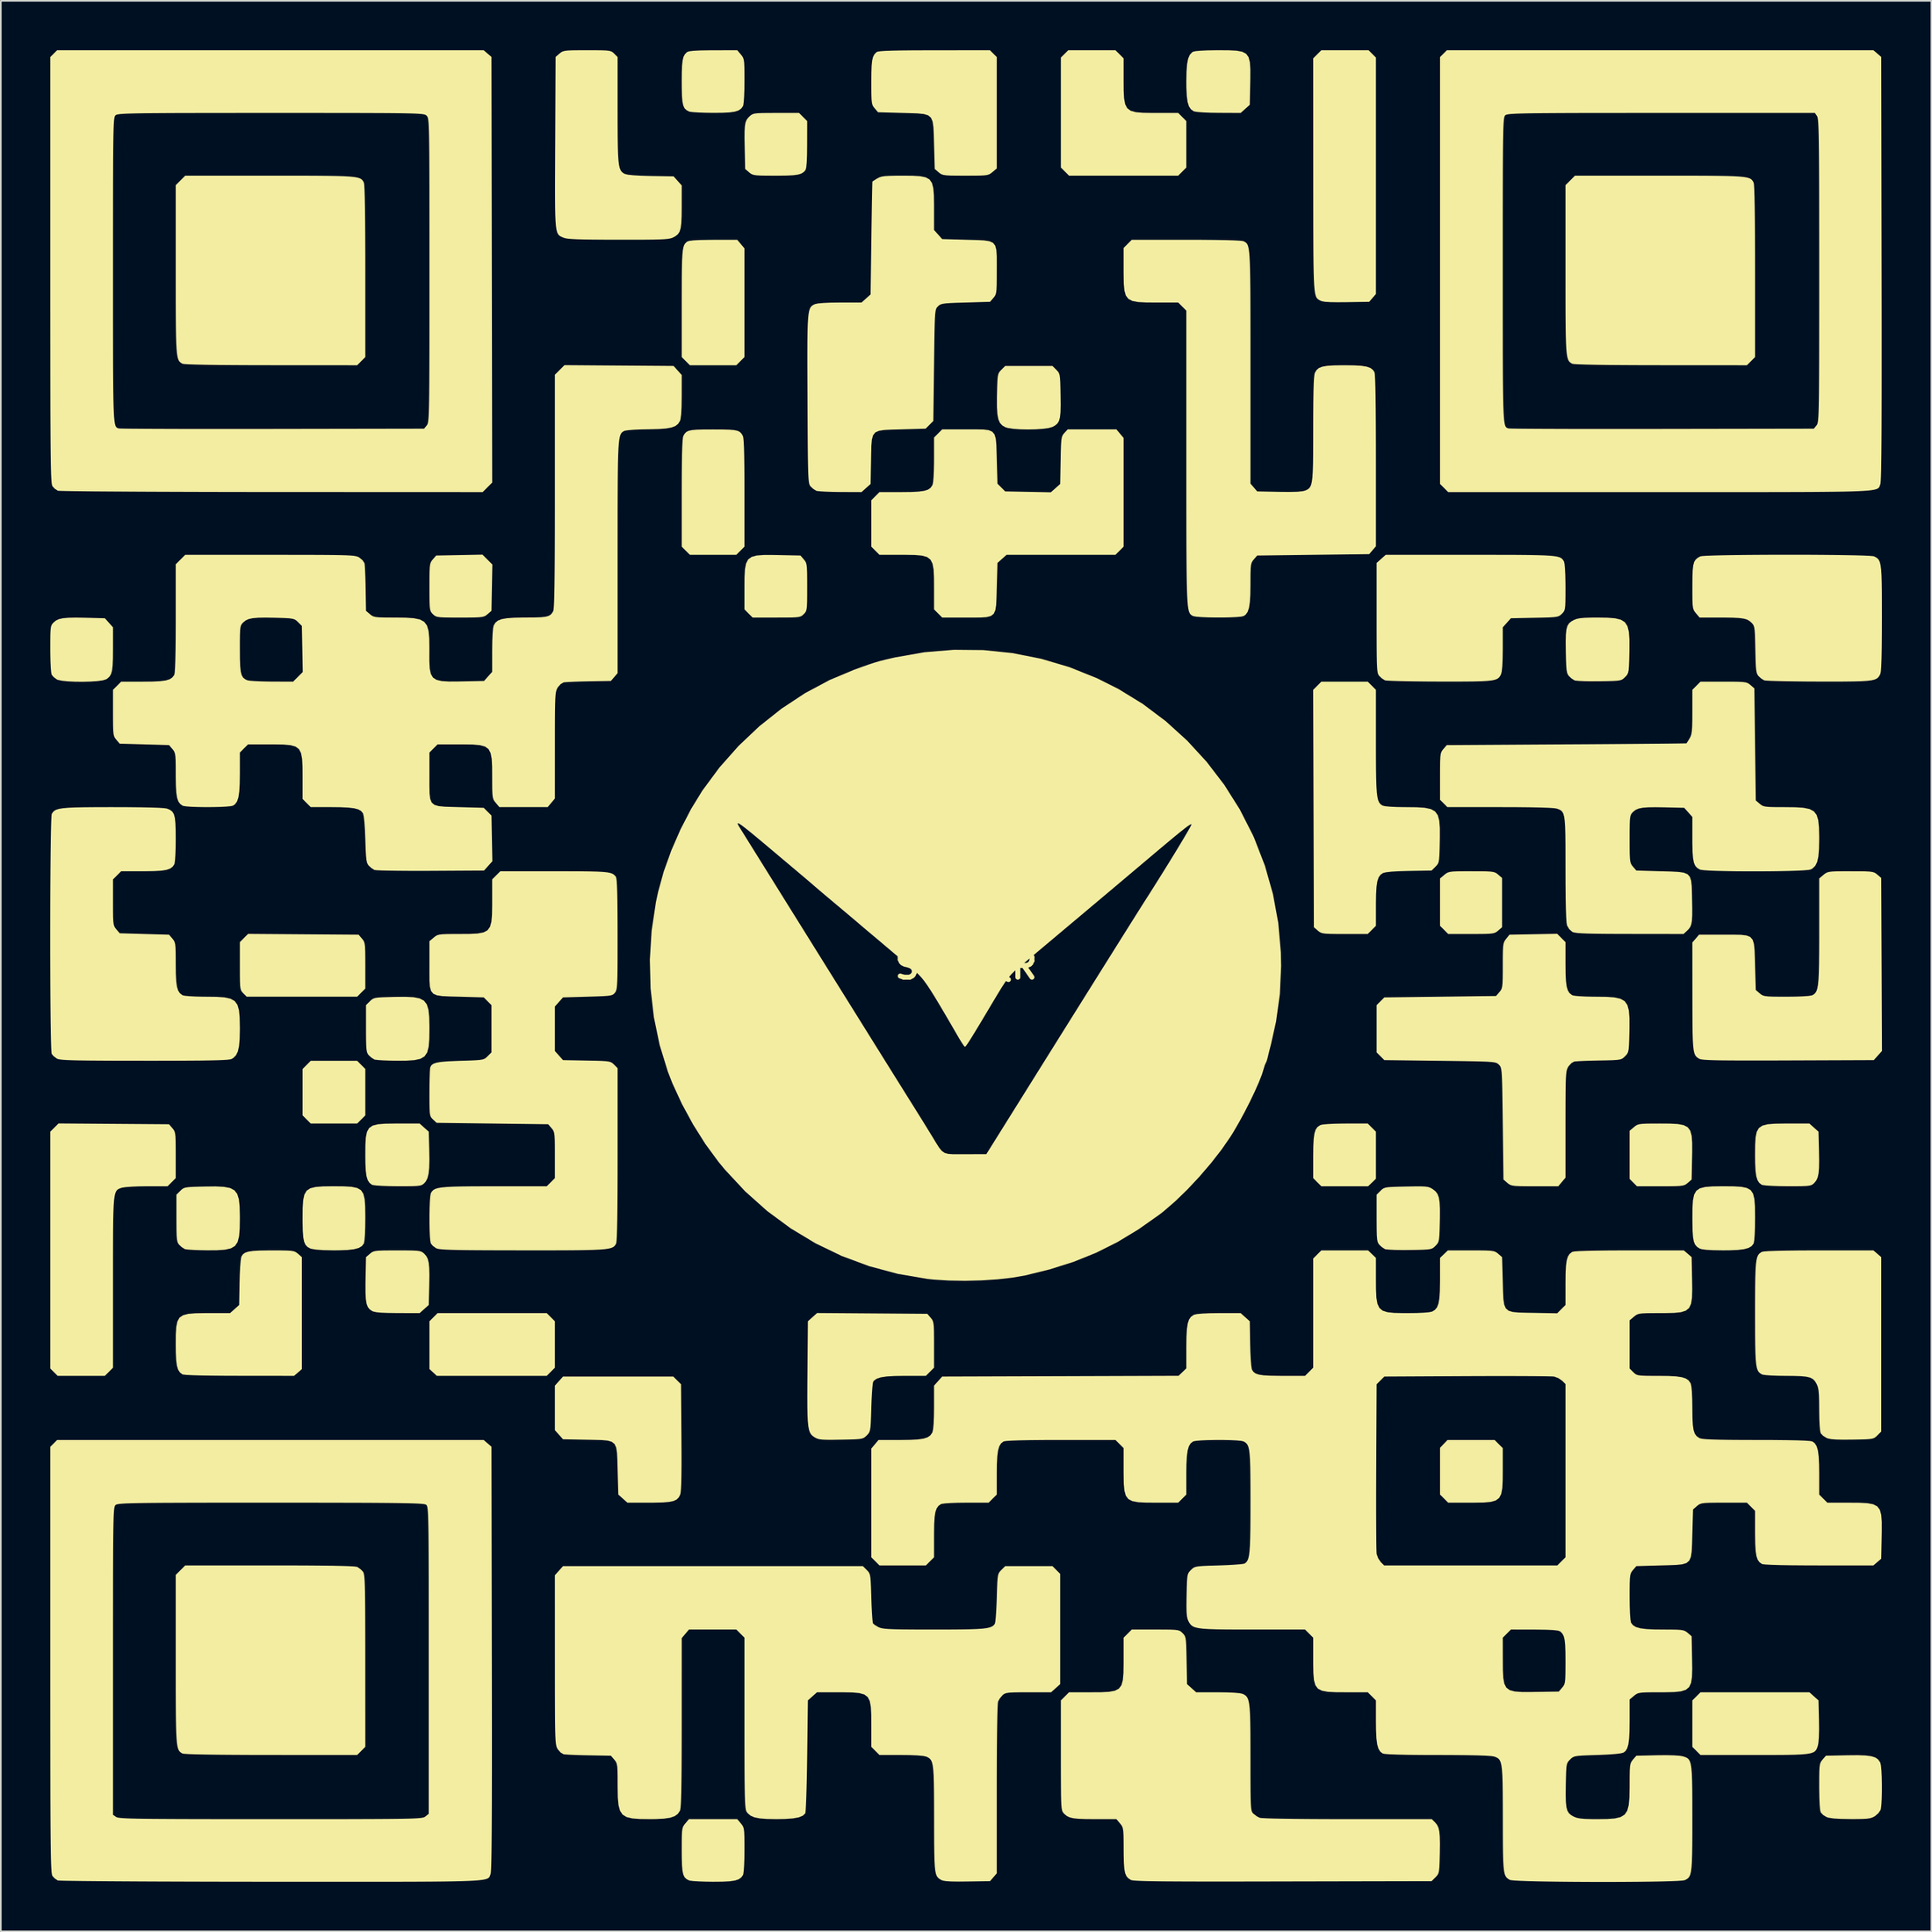
<source format=kicad_pcb>
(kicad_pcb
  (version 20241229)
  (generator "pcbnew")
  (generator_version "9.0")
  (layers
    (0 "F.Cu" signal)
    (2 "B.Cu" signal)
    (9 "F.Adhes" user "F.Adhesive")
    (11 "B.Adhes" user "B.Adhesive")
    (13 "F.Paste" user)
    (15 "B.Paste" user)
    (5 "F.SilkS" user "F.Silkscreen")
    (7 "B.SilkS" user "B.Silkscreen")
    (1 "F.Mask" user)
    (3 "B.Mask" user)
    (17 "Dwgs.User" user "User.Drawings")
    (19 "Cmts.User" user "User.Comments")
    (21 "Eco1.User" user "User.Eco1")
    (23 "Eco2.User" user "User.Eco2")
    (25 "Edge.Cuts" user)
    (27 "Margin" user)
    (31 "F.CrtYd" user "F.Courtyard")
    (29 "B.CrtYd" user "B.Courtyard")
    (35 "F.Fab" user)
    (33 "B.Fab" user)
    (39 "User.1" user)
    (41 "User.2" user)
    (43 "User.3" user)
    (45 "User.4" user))
  (footprint "SEN QR"
    (layer "F.Cu")
    (at 55.63 55.626)
    (property "Reference" "SEN QR" (at 0 0 0) (layer "F.SilkS") (effects (font (size 1.5 1.5) (thickness 0.3))))
    (attr board_only exclude_from_pos_files exclude_from_bom)
    (fp_poly (pts (xy -36.739 6.005) (xy -36.491 6.252) (xy -36.491 7.662) (xy -36.491 9.072) (xy -36.739 9.32) (xy -36.986 9.567) (xy -38.396 9.567) (xy -39.806 9.567) (xy -40.054 9.32) (xy -40.301 9.072) (xy -40.301 7.662) (xy -40.301 6.252) (xy -40.054 6.005) (xy -39.806 5.757) (xy -38.396 5.757) (xy -36.986 5.757)) (stroke (width 0) (type solid)) (fill yes) (layer "F.SilkS"))
    (fp_poly (pts (xy -25.224 21.329) (xy -24.977 21.577) (xy -24.977 22.987) (xy -24.977 24.397) (xy -25.224 24.645) (xy -25.472 24.892) (xy -28.81 24.892) (xy -32.149 24.892) (xy -32.373 24.684) (xy -32.597 24.477) (xy -32.597 23.027) (xy -32.597 21.577) (xy -32.349 21.329) (xy -32.102 21.082) (xy -28.787 21.082) (xy -25.472 21.082)) (stroke (width 0) (type solid)) (fill yes) (layer "F.SilkS"))
    (fp_poly (pts (xy 32.349 29.034) (xy 32.597 29.282) (xy 32.597 30.605) (xy 32.593 31.234) (xy 32.568 31.714) (xy 32.503 32.066) (xy 32.376 32.309) (xy 32.169 32.463) (xy 31.86 32.549) (xy 31.429 32.587) (xy 30.857 32.596) (xy 30.597 32.597) (xy 29.282 32.597) (xy 29.034 32.349) (xy 28.787 32.102) (xy 28.787 30.682) (xy 28.787 29.262) (xy 29.014 29.024) (xy 29.242 28.787) (xy 30.672 28.787) (xy 32.102 28.787)) (stroke (width 0) (type solid)) (fill yes) (layer "F.SilkS"))
    (fp_poly (pts (xy 24.645 9.815) (xy 24.892 10.062) (xy 24.892 11.492) (xy 24.892 12.922) (xy 24.655 13.15) (xy 24.417 13.377) (xy 22.997 13.377) (xy 21.577 13.377) (xy 21.329 13.13) (xy 21.082 12.882) (xy 21.082 11.559) (xy 21.089 10.957) (xy 21.112 10.5) (xy 21.159 10.166) (xy 21.234 9.933) (xy 21.343 9.777) (xy 21.492 9.676) (xy 21.557 9.648) (xy 21.714 9.62) (xy 22.005 9.596) (xy 22.395 9.578) (xy 22.848 9.569) (xy 23.084 9.567) (xy 24.397 9.567)) (stroke (width 0) (type solid)) (fill yes) (layer "F.SilkS"))
    (fp_poly (pts (xy -40.255 -1.929) (xy -36.9 -1.905) (xy -36.696 -1.667) (xy -36.62 -1.573) (xy -36.566 -1.473) (xy -36.53 -1.341) (xy -36.507 -1.147) (xy -36.496 -0.862) (xy -36.492 -0.46) (xy -36.491 -0.031) (xy -36.491 1.368) (xy -36.739 1.615) (xy -36.986 1.863) (xy -40.341 1.863) (xy -43.696 1.863) (xy -43.904 1.655) (xy -43.979 1.574) (xy -44.034 1.488) (xy -44.071 1.368) (xy -44.094 1.189) (xy -44.106 0.924) (xy -44.11 0.544) (xy -44.111 0.023) (xy -44.111 -0.003) (xy -44.111 -1.452) (xy -43.861 -1.703) (xy -43.611 -1.953)) (stroke (width 0) (type solid)) (fill yes) (layer "F.SilkS"))
    (fp_poly (pts (xy -13.681 -43.851) (xy -13.462 -43.59) (xy -13.462 -40.288) (xy -13.462 -36.986) (xy -13.709 -36.739) (xy -13.957 -36.491) (xy -15.367 -36.491) (xy -16.777 -36.491) (xy -17.025 -36.739) (xy -17.272 -36.986) (xy -17.272 -40.258) (xy -17.271 -41.12) (xy -17.269 -41.829) (xy -17.262 -42.402) (xy -17.251 -42.854) (xy -17.232 -43.203) (xy -17.206 -43.464) (xy -17.171 -43.654) (xy -17.125 -43.789) (xy -17.066 -43.886) (xy -16.993 -43.96) (xy -16.941 -44.003) (xy -16.811 -44.046) (xy -16.544 -44.078) (xy -16.131 -44.098) (xy -15.562 -44.108) (xy -15.353 -44.109) (xy -13.9 -44.111)) (stroke (width 0) (type solid)) (fill yes) (layer "F.SilkS"))
    (fp_poly (pts (xy 51.497 44.358) (xy 51.774 44.605) (xy 51.803 45.814) (xy 51.809 46.379) (xy 51.796 46.847) (xy 51.767 47.191) (xy 51.737 47.345) (xy 51.693 47.483) (xy 51.641 47.597) (xy 51.566 47.69) (xy 51.452 47.763) (xy 51.284 47.819) (xy 51.047 47.859) (xy 50.724 47.888) (xy 50.3 47.906) (xy 49.761 47.916) (xy 49.089 47.92) (xy 48.27 47.921) (xy 47.877 47.921) (xy 44.606 47.921) (xy 44.359 47.674) (xy 44.111 47.426) (xy 44.111 46.016) (xy 44.111 44.606) (xy 44.359 44.359) (xy 44.606 44.111) (xy 47.913 44.111) (xy 51.221 44.111)) (stroke (width 0) (type solid)) (fill yes) (layer "F.SilkS"))
    (fp_poly (pts (xy 9.32 -55.379) (xy 9.567 -55.131) (xy 9.567 -53.808) (xy 9.571 -53.179) (xy 9.596 -52.699) (xy 9.661 -52.347) (xy 9.788 -52.104) (xy 9.995 -51.949) (xy 10.304 -51.863) (xy 10.735 -51.826) (xy 11.307 -51.816) (xy 11.567 -51.816) (xy 12.882 -51.816) (xy 13.13 -51.569) (xy 13.377 -51.321) (xy 13.377 -49.911) (xy 13.377 -48.501) (xy 13.13 -48.253) (xy 12.882 -48.006) (xy 9.567 -48.006) (xy 6.252 -48.006) (xy 6.005 -48.253) (xy 5.757 -48.501) (xy 5.757 -51.84) (xy 5.757 -55.18) (xy 5.981 -55.403) (xy 6.204 -55.626) (xy 7.638 -55.626) (xy 9.072 -55.626)) (stroke (width 0) (type solid)) (fill yes) (layer "F.SilkS"))
    (fp_poly (pts (xy 31.209 -5.756) (xy 31.583 -5.751) (xy 31.846 -5.737) (xy 32.024 -5.712) (xy 32.147 -5.672) (xy 32.243 -5.613) (xy 32.317 -5.553) (xy 32.554 -5.349) (xy 32.554 -3.852) (xy 32.554 -2.356) (xy 32.317 -2.152) (xy 32.222 -2.076) (xy 32.123 -2.022) (xy 31.99 -1.986) (xy 31.796 -1.963) (xy 31.512 -1.952) (xy 31.11 -1.948) (xy 30.68 -1.947) (xy 29.282 -1.947) (xy 29.034 -2.195) (xy 28.787 -2.442) (xy 28.787 -3.881) (xy 28.787 -5.319) (xy 29.047 -5.538) (xy 29.149 -5.619) (xy 29.25 -5.677) (xy 29.379 -5.716) (xy 29.564 -5.74) (xy 29.836 -5.752) (xy 30.222 -5.757) (xy 30.693 -5.757)) (stroke (width 0) (type solid)) (fill yes) (layer "F.SilkS"))
    (fp_poly (pts (xy 42.756 9.571) (xy 43.234 9.597) (xy 43.586 9.664) (xy 43.83 9.792) (xy 43.985 10) (xy 44.07 10.309) (xy 44.102 10.738) (xy 44.103 11.308) (xy 44.096 11.639) (xy 44.069 12.969) (xy 43.831 13.173) (xy 43.738 13.248) (xy 43.639 13.302) (xy 43.508 13.338) (xy 43.315 13.361) (xy 43.034 13.372) (xy 42.636 13.377) (xy 42.171 13.377) (xy 40.748 13.377) (xy 40.525 13.154) (xy 40.301 12.931) (xy 40.301 11.468) (xy 40.301 10.006) (xy 40.562 9.787) (xy 40.666 9.703) (xy 40.771 9.644) (xy 40.904 9.606) (xy 41.097 9.583) (xy 41.379 9.571) (xy 41.78 9.568) (xy 42.132 9.567)) (stroke (width 0) (type solid)) (fill yes) (layer "F.SilkS"))
    (fp_poly (pts (xy 24.669 -55.403) (xy 24.892 -55.18) (xy 24.892 -47.999) (xy 24.892 -40.819) (xy 24.688 -40.581) (xy 24.484 -40.344) (xy 23.1 -40.322) (xy 22.531 -40.318) (xy 22.109 -40.325) (xy 21.811 -40.344) (xy 21.615 -40.378) (xy 21.515 -40.416) (xy 21.44 -40.458) (xy 21.375 -40.5) (xy 21.318 -40.552) (xy 21.27 -40.626) (xy 21.229 -40.733) (xy 21.194 -40.883) (xy 21.166 -41.087) (xy 21.143 -41.355) (xy 21.125 -41.7) (xy 21.111 -42.131) (xy 21.101 -42.659) (xy 21.094 -43.295) (xy 21.09 -44.049) (xy 21.087 -44.934) (xy 21.086 -45.958) (xy 21.085 -47.134) (xy 21.085 -48.034) (xy 21.082 -55.131) (xy 21.329 -55.379) (xy 21.577 -55.626) (xy 23.011 -55.626) (xy 24.446 -55.626)) (stroke (width 0) (type solid)) (fill yes) (layer "F.SilkS"))
    (fp_poly (pts (xy 15.957 -55.622) (xy 16.426 -55.599) (xy 16.77 -55.534) (xy 17.007 -55.41) (xy 17.156 -55.205) (xy 17.236 -54.9) (xy 17.265 -54.475) (xy 17.263 -53.91) (xy 17.257 -53.597) (xy 17.23 -52.31) (xy 16.953 -52.063) (xy 16.677 -51.816) (xy 15.344 -51.822) (xy 14.854 -51.829) (xy 14.424 -51.847) (xy 14.086 -51.872) (xy 13.872 -51.903) (xy 13.826 -51.917) (xy 13.66 -52.033) (xy 13.537 -52.212) (xy 13.454 -52.478) (xy 13.404 -52.852) (xy 13.38 -53.358) (xy 13.377 -53.715) (xy 13.388 -54.32) (xy 13.422 -54.778) (xy 13.486 -55.112) (xy 13.584 -55.343) (xy 13.721 -55.492) (xy 13.788 -55.535) (xy 13.94 -55.57) (xy 14.238 -55.597) (xy 14.657 -55.617) (xy 15.174 -55.625) (xy 15.343 -55.626)) (stroke (width 0) (type solid)) (fill yes) (layer "F.SilkS"))
    (fp_poly (pts (xy -32.916 9.814) (xy -32.639 10.061) (xy -32.609 11.132) (xy -32.599 11.764) (xy -32.612 12.251) (xy -32.65 12.617) (xy -32.717 12.886) (xy -32.816 13.082) (xy -32.896 13.176) (xy -32.976 13.25) (xy -33.064 13.303) (xy -33.187 13.339) (xy -33.373 13.36) (xy -33.649 13.371) (xy -34.042 13.375) (xy -34.519 13.375) (xy -35.024 13.369) (xy -35.463 13.354) (xy -35.807 13.332) (xy -36.028 13.304) (xy -36.089 13.286) (xy -36.237 13.17) (xy -36.345 13.005) (xy -36.419 12.765) (xy -36.464 12.425) (xy -36.487 11.961) (xy -36.491 11.481) (xy -36.487 10.874) (xy -36.46 10.412) (xy -36.391 10.074) (xy -36.26 9.841) (xy -36.046 9.693) (xy -35.728 9.611) (xy -35.288 9.576) (xy -34.704 9.567) (xy -34.507 9.567) (xy -33.192 9.567)) (stroke (width 0) (type solid)) (fill yes) (layer "F.SilkS"))
    (fp_poly (pts (xy -29.075 -24.689) (xy -28.775 -24.389) (xy -28.802 -22.982) (xy -28.829 -21.575) (xy -29.067 -21.371) (xy -29.16 -21.296) (xy -29.258 -21.243) (xy -29.388 -21.206) (xy -29.579 -21.184) (xy -29.858 -21.172) (xy -30.253 -21.167) (xy -30.743 -21.167) (xy -31.268 -21.167) (xy -31.651 -21.172) (xy -31.919 -21.184) (xy -32.1 -21.207) (xy -32.22 -21.244) (xy -32.307 -21.298) (xy -32.388 -21.374) (xy -32.389 -21.374) (xy -32.465 -21.456) (xy -32.519 -21.543) (xy -32.556 -21.662) (xy -32.579 -21.842) (xy -32.591 -22.109) (xy -32.596 -22.491) (xy -32.597 -23.015) (xy -32.597 -23.021) (xy -32.596 -23.547) (xy -32.591 -23.932) (xy -32.578 -24.202) (xy -32.555 -24.387) (xy -32.517 -24.514) (xy -32.462 -24.611) (xy -32.393 -24.697) (xy -32.188 -24.934) (xy -30.781 -24.961) (xy -29.374 -24.988)) (stroke (width 0) (type solid)) (fill yes) (layer "F.SilkS"))
    (fp_poly (pts (xy -14.806 -32.589) (xy -14.389 -32.578) (xy -14.09 -32.554) (xy -13.884 -32.51) (xy -13.745 -32.441) (xy -13.646 -32.342) (xy -13.564 -32.206) (xy -13.56 -32.2) (xy -13.532 -32.086) (xy -13.509 -31.852) (xy -13.491 -31.49) (xy -13.478 -30.991) (xy -13.469 -30.347) (xy -13.463 -29.55) (xy -13.462 -28.743) (xy -13.462 -25.472) (xy -13.709 -25.224) (xy -13.957 -24.977) (xy -15.367 -24.977) (xy -16.777 -24.977) (xy -17.025 -25.224) (xy -17.272 -25.472) (xy -17.272 -28.743) (xy -17.27 -29.678) (xy -17.264 -30.452) (xy -17.255 -31.074) (xy -17.24 -31.552) (xy -17.221 -31.894) (xy -17.198 -32.11) (xy -17.174 -32.2) (xy -17.091 -32.337) (xy -16.994 -32.438) (xy -16.857 -32.508) (xy -16.654 -32.552) (xy -16.359 -32.578) (xy -15.947 -32.589) (xy -15.393 -32.591) (xy -15.367 -32.591)) (stroke (width 0) (type solid)) (fill yes) (layer "F.SilkS"))
    (fp_poly (pts (xy -11.39 -24.962) (xy -10.06 -24.934) (xy -9.856 -24.697) (xy -9.782 -24.604) (xy -9.728 -24.506) (xy -9.691 -24.375) (xy -9.669 -24.184) (xy -9.657 -23.905) (xy -9.653 -23.51) (xy -9.652 -23.021) (xy -9.653 -22.496) (xy -9.657 -22.113) (xy -9.669 -21.844) (xy -9.692 -21.664) (xy -9.729 -21.544) (xy -9.783 -21.456) (xy -9.859 -21.375) (xy -9.86 -21.374) (xy -9.941 -21.299) (xy -10.027 -21.244) (xy -10.146 -21.207) (xy -10.325 -21.184) (xy -10.591 -21.172) (xy -10.971 -21.168) (xy -11.492 -21.167) (xy -11.517 -21.167) (xy -12.967 -21.167) (xy -13.215 -21.414) (xy -13.462 -21.662) (xy -13.462 -22.985) (xy -13.458 -23.612) (xy -13.433 -24.094) (xy -13.366 -24.448) (xy -13.239 -24.693) (xy -13.031 -24.849) (xy -12.723 -24.935) (xy -12.295 -24.968) (xy -11.727 -24.968)) (stroke (width 0) (type solid)) (fill yes) (layer "F.SilkS"))
    (fp_poly (pts (xy 51.497 9.814) (xy 51.774 10.061) (xy 51.803 11.217) (xy 51.813 11.81) (xy 51.806 12.26) (xy 51.777 12.595) (xy 51.723 12.84) (xy 51.641 13.022) (xy 51.525 13.168) (xy 51.518 13.175) (xy 51.438 13.249) (xy 51.35 13.303) (xy 51.227 13.338) (xy 51.042 13.36) (xy 50.768 13.371) (xy 50.377 13.375) (xy 49.894 13.375) (xy 49.389 13.369) (xy 48.95 13.354) (xy 48.605 13.332) (xy 48.384 13.304) (xy 48.323 13.286) (xy 48.176 13.17) (xy 48.068 13.005) (xy 47.994 12.765) (xy 47.948 12.425) (xy 47.926 11.961) (xy 47.921 11.481) (xy 47.926 10.874) (xy 47.952 10.412) (xy 48.021 10.074) (xy 48.153 9.841) (xy 48.367 9.693) (xy 48.684 9.611) (xy 49.125 9.576) (xy 49.709 9.567) (xy 49.905 9.567) (xy 51.221 9.567)) (stroke (width 0) (type solid)) (fill yes) (layer "F.SilkS"))
    (fp_poly (pts (xy -34.029 17.273) (xy -33.648 17.278) (xy -33.381 17.291) (xy -33.201 17.314) (xy -33.079 17.352) (xy -32.988 17.408) (xy -32.911 17.474) (xy -32.789 17.613) (xy -32.7 17.784) (xy -32.642 18.016) (xy -32.61 18.333) (xy -32.599 18.762) (xy -32.607 19.33) (xy -32.609 19.433) (xy -32.639 20.588) (xy -32.916 20.835) (xy -33.192 21.082) (xy -34.524 21.079) (xy -35.095 21.072) (xy -35.518 21.056) (xy -35.815 21.027) (xy -36.009 20.984) (xy -36.077 20.955) (xy -36.228 20.851) (xy -36.338 20.711) (xy -36.414 20.511) (xy -36.46 20.225) (xy -36.48 19.83) (xy -36.481 19.302) (xy -36.476 19.01) (xy -36.449 17.68) (xy -36.211 17.476) (xy -36.118 17.401) (xy -36.019 17.347) (xy -35.888 17.311) (xy -35.695 17.289) (xy -35.414 17.277) (xy -35.016 17.273) (xy -34.552 17.272)) (stroke (width 0) (type solid)) (fill yes) (layer "F.SilkS"))
    (fp_poly (pts (xy -17.549 25.169) (xy -17.314 25.404) (xy -17.29 28.637) (xy -17.285 29.559) (xy -17.285 30.323) (xy -17.29 30.937) (xy -17.301 31.414) (xy -17.317 31.761) (xy -17.339 31.991) (xy -17.366 32.11) (xy -17.456 32.28) (xy -17.583 32.405) (xy -17.77 32.493) (xy -18.042 32.55) (xy -18.422 32.582) (xy -18.935 32.595) (xy -19.256 32.597) (xy -20.571 32.597) (xy -20.848 32.35) (xy -21.124 32.103) (xy -21.167 30.609) (xy -21.182 30.019) (xy -21.203 29.574) (xy -21.253 29.252) (xy -21.352 29.034) (xy -21.521 28.898) (xy -21.782 28.824) (xy -22.155 28.791) (xy -22.664 28.779) (xy -23.055 28.772) (xy -24.483 28.744) (xy -24.73 28.468) (xy -24.977 28.191) (xy -24.977 26.839) (xy -24.977 25.487) (xy -24.73 25.211) (xy -24.483 24.934) (xy -21.133 24.934) (xy -17.784 24.934)) (stroke (width 0) (type solid)) (fill yes) (layer "F.SilkS"))
    (fp_poly (pts (xy -9.899 -51.569) (xy -9.652 -51.321) (xy -9.655 -49.896) (xy -9.661 -49.281) (xy -9.679 -48.826) (xy -9.708 -48.521) (xy -9.749 -48.357) (xy -9.761 -48.337) (xy -9.872 -48.218) (xy -10.013 -48.131) (xy -10.21 -48.071) (xy -10.489 -48.033) (xy -10.878 -48.013) (xy -11.401 -48.006) (xy -11.589 -48.006) (xy -12.098 -48.007) (xy -12.467 -48.013) (xy -12.724 -48.027) (xy -12.899 -48.053) (xy -13.02 -48.095) (xy -13.116 -48.156) (xy -13.182 -48.21) (xy -13.42 -48.414) (xy -13.447 -49.703) (xy -13.457 -50.269) (xy -13.455 -50.693) (xy -13.437 -51.002) (xy -13.4 -51.224) (xy -13.338 -51.385) (xy -13.249 -51.512) (xy -13.15 -51.612) (xy -13.062 -51.687) (xy -12.968 -51.741) (xy -12.839 -51.778) (xy -12.649 -51.8) (xy -12.368 -51.811) (xy -11.969 -51.815) (xy -11.538 -51.816) (xy -10.147 -51.816)) (stroke (width 0) (type solid)) (fill yes) (layer "F.SilkS"))
    (fp_poly (pts (xy -45.08 13.411) (xy -44.705 13.483) (xy -44.442 13.622) (xy -44.271 13.844) (xy -44.171 14.166) (xy -44.125 14.607) (xy -44.112 15.185) (xy -44.111 15.325) (xy -44.12 15.946) (xy -44.159 16.419) (xy -44.248 16.764) (xy -44.408 17.002) (xy -44.659 17.15) (xy -45.021 17.231) (xy -45.514 17.263) (xy -46.076 17.267) (xy -46.524 17.26) (xy -46.923 17.245) (xy -47.235 17.225) (xy -47.426 17.2) (xy -47.456 17.192) (xy -47.639 17.077) (xy -47.794 16.934) (xy -47.857 16.852) (xy -47.902 16.749) (xy -47.932 16.596) (xy -47.951 16.368) (xy -47.96 16.037) (xy -47.963 15.576) (xy -47.964 15.318) (xy -47.964 13.889) (xy -47.729 13.654) (xy -47.634 13.564) (xy -47.538 13.499) (xy -47.412 13.456) (xy -47.225 13.429) (xy -46.948 13.411) (xy -46.55 13.4) (xy -46.238 13.393) (xy -45.584 13.386)) (stroke (width 0) (type solid)) (fill yes) (layer "F.SilkS"))
    (fp_poly (pts (xy -37.788 13.382) (xy -37.325 13.409) (xy -36.988 13.48) (xy -36.757 13.613) (xy -36.612 13.831) (xy -36.532 14.153) (xy -36.499 14.599) (xy -36.491 15.19) (xy -36.491 15.327) (xy -36.497 15.863) (xy -36.514 16.309) (xy -36.539 16.641) (xy -36.573 16.835) (xy -36.583 16.861) (xy -36.705 17.015) (xy -36.897 17.127) (xy -37.182 17.203) (xy -37.582 17.249) (xy -38.118 17.267) (xy -38.415 17.269) (xy -39.031 17.257) (xy -39.487 17.225) (xy -39.778 17.175) (xy -39.838 17.154) (xy -40.001 17.063) (xy -40.122 16.936) (xy -40.206 16.749) (xy -40.26 16.478) (xy -40.289 16.097) (xy -40.3 15.581) (xy -40.301 15.316) (xy -40.296 14.696) (xy -40.266 14.224) (xy -40.192 13.881) (xy -40.053 13.645) (xy -39.83 13.498) (xy -39.503 13.418) (xy -39.051 13.384) (xy -38.454 13.377) (xy -38.396 13.377)) (stroke (width 0) (type solid)) (fill yes) (layer "F.SilkS"))
    (fp_poly (pts (xy -33.567 1.893) (xy -33.193 1.966) (xy -32.929 2.105) (xy -32.757 2.328) (xy -32.657 2.652) (xy -32.61 3.095) (xy -32.597 3.674) (xy -32.597 3.81) (xy -32.605 4.431) (xy -32.644 4.905) (xy -32.734 5.25) (xy -32.894 5.487) (xy -33.145 5.636) (xy -33.507 5.716) (xy -34 5.748) (xy -34.561 5.752) (xy -35.01 5.745) (xy -35.408 5.731) (xy -35.721 5.71) (xy -35.911 5.686) (xy -35.941 5.677) (xy -36.124 5.562) (xy -36.28 5.42) (xy -36.342 5.338) (xy -36.387 5.234) (xy -36.417 5.082) (xy -36.436 4.853) (xy -36.445 4.522) (xy -36.449 4.061) (xy -36.449 3.803) (xy -36.449 2.375) (xy -36.214 2.14) (xy -36.119 2.049) (xy -36.022 1.985) (xy -35.896 1.941) (xy -35.708 1.913) (xy -35.43 1.896) (xy -35.03 1.884) (xy -34.727 1.876) (xy -34.072 1.869)) (stroke (width 0) (type solid)) (fill yes) (layer "F.SilkS"))
    (fp_poly (pts (xy 5.48 -36.214) (xy 5.569 -36.122) (xy 5.632 -36.03) (xy 5.675 -35.91) (xy 5.702 -35.732) (xy 5.719 -35.467) (xy 5.73 -35.087) (xy 5.738 -34.648) (xy 5.744 -34.074) (xy 5.734 -33.643) (xy 5.702 -33.33) (xy 5.641 -33.107) (xy 5.545 -32.951) (xy 5.407 -32.834) (xy 5.248 -32.745) (xy 5.019 -32.678) (xy 4.665 -32.63) (xy 4.23 -32.6) (xy 3.756 -32.591) (xy 3.287 -32.6) (xy 2.866 -32.63) (xy 2.536 -32.68) (xy 2.389 -32.724) (xy 2.198 -32.833) (xy 2.057 -32.986) (xy 1.96 -33.206) (xy 1.901 -33.516) (xy 1.874 -33.941) (xy 1.872 -34.503) (xy 1.876 -34.727) (xy 1.888 -35.212) (xy 1.902 -35.558) (xy 1.923 -35.795) (xy 1.957 -35.954) (xy 2.008 -36.064) (xy 2.083 -36.156) (xy 2.14 -36.214) (xy 2.375 -36.449) (xy 3.81 -36.449) (xy 5.245 -36.449)) (stroke (width 0) (type solid)) (fill yes) (layer "F.SilkS"))
    (fp_poly (pts (xy 46.625 13.382) (xy 47.087 13.409) (xy 47.424 13.48) (xy 47.656 13.613) (xy 47.801 13.831) (xy 47.88 14.153) (xy 47.914 14.599) (xy 47.921 15.19) (xy 47.921 15.327) (xy 47.916 15.863) (xy 47.899 16.309) (xy 47.873 16.641) (xy 47.84 16.835) (xy 47.83 16.861) (xy 47.711 17.012) (xy 47.526 17.123) (xy 47.251 17.199) (xy 46.865 17.246) (xy 46.346 17.267) (xy 45.956 17.269) (xy 45.377 17.26) (xy 44.955 17.237) (xy 44.675 17.198) (xy 44.544 17.154) (xy 44.392 17.052) (xy 44.28 16.922) (xy 44.203 16.738) (xy 44.154 16.474) (xy 44.127 16.104) (xy 44.116 15.602) (xy 44.114 15.342) (xy 44.118 14.716) (xy 44.146 14.24) (xy 44.217 13.893) (xy 44.351 13.654) (xy 44.568 13.503) (xy 44.888 13.42) (xy 45.33 13.385) (xy 45.913 13.377) (xy 46.016 13.377)) (stroke (width 0) (type solid)) (fill yes) (layer "F.SilkS"))
    (fp_poly (pts (xy -53.503 -21.155) (xy -53.465 -21.154) (xy -52.31 -21.124) (xy -52.063 -20.848) (xy -51.816 -20.571) (xy -51.816 -19.264) (xy -51.82 -18.694) (xy -51.838 -18.266) (xy -51.874 -17.955) (xy -51.935 -17.736) (xy -52.027 -17.582) (xy -52.155 -17.466) (xy -52.238 -17.413) (xy -52.433 -17.352) (xy -52.757 -17.306) (xy -53.169 -17.277) (xy -53.63 -17.265) (xy -54.1 -17.268) (xy -54.538 -17.288) (xy -54.905 -17.325) (xy -55.161 -17.379) (xy -55.222 -17.404) (xy -55.418 -17.547) (xy -55.539 -17.691) (xy -55.57 -17.832) (xy -55.595 -18.112) (xy -55.614 -18.502) (xy -55.624 -18.974) (xy -55.626 -19.26) (xy -55.625 -19.779) (xy -55.62 -20.156) (xy -55.607 -20.419) (xy -55.584 -20.596) (xy -55.545 -20.713) (xy -55.489 -20.799) (xy -55.424 -20.869) (xy -55.28 -20.986) (xy -55.101 -21.07) (xy -54.86 -21.125) (xy -54.531 -21.155) (xy -54.087 -21.164)) (stroke (width 0) (type solid)) (fill yes) (layer "F.SilkS"))
    (fp_poly (pts (xy -13.681 52.076) (xy -13.599 52.179) (xy -13.541 52.282) (xy -13.502 52.412) (xy -13.478 52.601) (xy -13.467 52.877) (xy -13.462 53.269) (xy -13.462 53.691) (xy -13.467 54.183) (xy -13.482 54.612) (xy -13.505 54.948) (xy -13.534 55.159) (xy -13.549 55.207) (xy -13.658 55.359) (xy -13.815 55.471) (xy -14.044 55.547) (xy -14.369 55.594) (xy -14.815 55.616) (xy -15.384 55.621) (xy -15.841 55.614) (xy -16.25 55.599) (xy -16.574 55.578) (xy -16.778 55.553) (xy -16.818 55.542) (xy -16.977 55.462) (xy -17.093 55.353) (xy -17.175 55.188) (xy -17.228 54.945) (xy -17.257 54.599) (xy -17.27 54.125) (xy -17.272 53.709) (xy -17.271 53.197) (xy -17.266 52.826) (xy -17.253 52.567) (xy -17.227 52.389) (xy -17.186 52.265) (xy -17.125 52.165) (xy -17.053 52.076) (xy -16.834 51.816) (xy -15.367 51.816) (xy -13.9 51.816)) (stroke (width 0) (type solid)) (fill yes) (layer "F.SilkS"))
    (fp_poly (pts (xy -13.681 -55.366) (xy -13.599 -55.263) (xy -13.541 -55.16) (xy -13.502 -55.03) (xy -13.478 -54.841) (xy -13.467 -54.565) (xy -13.462 -54.173) (xy -13.462 -53.751) (xy -13.467 -53.259) (xy -13.482 -52.83) (xy -13.505 -52.494) (xy -13.534 -52.283) (xy -13.549 -52.235) (xy -13.658 -52.083) (xy -13.815 -51.971) (xy -14.044 -51.895) (xy -14.369 -51.848) (xy -14.815 -51.826) (xy -15.384 -51.821) (xy -15.841 -51.828) (xy -16.25 -51.843) (xy -16.574 -51.864) (xy -16.778 -51.889) (xy -16.818 -51.9) (xy -16.978 -51.981) (xy -17.096 -52.093) (xy -17.177 -52.26) (xy -17.23 -52.508) (xy -17.259 -52.86) (xy -17.27 -53.342) (xy -17.272 -53.703) (xy -17.268 -54.27) (xy -17.252 -54.694) (xy -17.219 -55.001) (xy -17.166 -55.219) (xy -17.086 -55.373) (xy -16.975 -55.49) (xy -16.941 -55.517) (xy -16.811 -55.561) (xy -16.544 -55.593) (xy -16.131 -55.613) (xy -15.562 -55.622) (xy -15.353 -55.623) (xy -13.9 -55.626)) (stroke (width 0) (type solid)) (fill yes) (layer "F.SilkS"))
    (fp_poly (pts (xy -51.77 9.586) (xy -48.415 9.61) (xy -48.21 9.847) (xy -48.135 9.942) (xy -48.081 10.041) (xy -48.044 10.174) (xy -48.022 10.368) (xy -48.011 10.652) (xy -48.007 11.055) (xy -48.006 11.484) (xy -48.006 12.882) (xy -48.253 13.13) (xy -48.501 13.377) (xy -49.765 13.377) (xy -50.245 13.384) (xy -50.678 13.401) (xy -51.028 13.427) (xy -51.257 13.46) (xy -51.298 13.471) (xy -51.401 13.507) (xy -51.489 13.546) (xy -51.564 13.601) (xy -51.626 13.684) (xy -51.678 13.807) (xy -51.719 13.983) (xy -51.751 14.224) (xy -51.775 14.542) (xy -51.792 14.951) (xy -51.804 15.463) (xy -51.811 16.089) (xy -51.814 16.843) (xy -51.816 17.736) (xy -51.816 18.782) (xy -51.816 19.222) (xy -51.816 24.397) (xy -52.063 24.645) (xy -52.311 24.892) (xy -53.745 24.892) (xy -55.18 24.892) (xy -55.403 24.669) (xy -55.626 24.446) (xy -55.626 17.254) (xy -55.626 10.062) (xy -55.376 9.812) (xy -55.125 9.562)) (stroke (width 0) (type solid)) (fill yes) (layer "F.SilkS"))
    (fp_poly (pts (xy 54.625 47.949) (xy 54.973 47.994) (xy 55.22 48.071) (xy 55.39 48.187) (xy 55.506 48.346) (xy 55.53 48.395) (xy 55.567 48.565) (xy 55.596 48.866) (xy 55.615 49.256) (xy 55.624 49.698) (xy 55.624 50.151) (xy 55.614 50.576) (xy 55.593 50.935) (xy 55.563 51.187) (xy 55.543 51.26) (xy 55.416 51.45) (xy 55.213 51.628) (xy 55.184 51.646) (xy 55.052 51.715) (xy 54.9 51.762) (xy 54.694 51.792) (xy 54.402 51.807) (xy 53.991 51.812) (xy 53.721 51.812) (xy 53.122 51.802) (xy 52.679 51.775) (xy 52.38 51.729) (xy 52.267 51.693) (xy 52.054 51.563) (xy 51.91 51.41) (xy 51.907 51.405) (xy 51.872 51.253) (xy 51.845 50.956) (xy 51.826 50.536) (xy 51.817 50.018) (xy 51.816 49.837) (xy 51.817 49.319) (xy 51.822 48.942) (xy 51.836 48.678) (xy 51.86 48.498) (xy 51.9 48.374) (xy 51.958 48.277) (xy 52.02 48.201) (xy 52.224 47.964) (xy 53.54 47.937) (xy 54.156 47.932)) (stroke (width 0) (type solid)) (fill yes) (layer "F.SilkS"))
    (fp_poly (pts (xy 38.949 -21.158) (xy 39.422 -21.121) (xy 39.771 -21.035) (xy 40.015 -20.882) (xy 40.171 -20.641) (xy 40.257 -20.294) (xy 40.29 -19.82) (xy 40.289 -19.202) (xy 40.286 -19.04) (xy 40.275 -18.554) (xy 40.261 -18.208) (xy 40.241 -17.97) (xy 40.208 -17.811) (xy 40.157 -17.7) (xy 40.083 -17.608) (xy 40.024 -17.549) (xy 39.932 -17.461) (xy 39.841 -17.397) (xy 39.721 -17.355) (xy 39.544 -17.328) (xy 39.281 -17.312) (xy 38.903 -17.302) (xy 38.458 -17.296) (xy 37.988 -17.294) (xy 37.569 -17.3) (xy 37.233 -17.315) (xy 37.015 -17.336) (xy 36.957 -17.349) (xy 36.774 -17.466) (xy 36.618 -17.609) (xy 36.553 -17.697) (xy 36.506 -17.811) (xy 36.474 -17.98) (xy 36.452 -18.232) (xy 36.437 -18.595) (xy 36.426 -19.099) (xy 36.426 -19.122) (xy 36.42 -19.695) (xy 36.43 -20.125) (xy 36.462 -20.437) (xy 36.524 -20.659) (xy 36.621 -20.815) (xy 36.76 -20.931) (xy 36.916 -21.018) (xy 37.079 -21.083) (xy 37.288 -21.126) (xy 37.576 -21.152) (xy 37.977 -21.164) (xy 38.336 -21.167)) (stroke (width 0) (type solid)) (fill yes) (layer "F.SilkS"))
    (fp_poly (pts (xy -41.658 17.273) (xy -41.291 17.279) (xy -41.035 17.293) (xy -40.862 17.319) (xy -40.741 17.362) (xy -40.645 17.424) (xy -40.581 17.476) (xy -40.344 17.681) (xy -40.344 21.082) (xy -40.344 24.483) (xy -40.581 24.688) (xy -40.819 24.892) (xy -44.137 24.889) (xy -45.048 24.886) (xy -45.834 24.879) (xy -46.487 24.868) (xy -46.998 24.853) (xy -47.36 24.834) (xy -47.564 24.812) (xy -47.604 24.801) (xy -47.752 24.685) (xy -47.86 24.52) (xy -47.934 24.279) (xy -47.979 23.94) (xy -48.001 23.476) (xy -48.006 22.995) (xy -48.002 22.389) (xy -47.975 21.927) (xy -47.906 21.589) (xy -47.775 21.355) (xy -47.56 21.208) (xy -47.243 21.126) (xy -46.802 21.091) (xy -46.219 21.082) (xy -46.022 21.082) (xy -44.707 21.082) (xy -44.43 20.835) (xy -44.154 20.588) (xy -44.129 19.205) (xy -44.116 18.723) (xy -44.094 18.292) (xy -44.066 17.944) (xy -44.034 17.712) (xy -44.014 17.641) (xy -43.927 17.511) (xy -43.797 17.415) (xy -43.601 17.348) (xy -43.316 17.305) (xy -42.917 17.281) (xy -42.381 17.273) (xy -42.165 17.272)) (stroke (width 0) (type solid)) (fill yes) (layer "F.SilkS"))
    (fp_poly (pts (xy 27.866 13.393) (xy 28.046 13.417) (xy 28.178 13.458) (xy 28.293 13.52) (xy 28.358 13.562) (xy 28.517 13.69) (xy 28.633 13.846) (xy 28.712 14.056) (xy 28.759 14.345) (xy 28.78 14.74) (xy 28.779 15.267) (xy 28.773 15.554) (xy 28.761 16.029) (xy 28.746 16.366) (xy 28.724 16.595) (xy 28.688 16.749) (xy 28.633 16.857) (xy 28.553 16.951) (xy 28.51 16.995) (xy 28.417 17.083) (xy 28.326 17.147) (xy 28.206 17.189) (xy 28.029 17.216) (xy 27.766 17.232) (xy 27.388 17.242) (xy 26.943 17.248) (xy 26.474 17.25) (xy 26.054 17.244) (xy 25.718 17.229) (xy 25.5 17.208) (xy 25.442 17.195) (xy 25.259 17.078) (xy 25.104 16.934) (xy 25.041 16.852) (xy 24.996 16.749) (xy 24.966 16.596) (xy 24.947 16.368) (xy 24.938 16.037) (xy 24.935 15.576) (xy 24.934 15.318) (xy 24.934 13.889) (xy 25.169 13.654) (xy 25.261 13.566) (xy 25.354 13.503) (xy 25.475 13.459) (xy 25.654 13.431) (xy 25.92 13.414) (xy 26.301 13.402) (xy 26.736 13.393) (xy 27.241 13.384) (xy 27.608 13.383)) (stroke (width 0) (type solid)) (fill yes) (layer "F.SilkS"))
    (fp_poly (pts (xy -41.197 -48.006) (xy -40.255 -48.005) (xy -39.457 -48.002) (xy -38.791 -47.996) (xy -38.243 -47.987) (xy -37.802 -47.973) (xy -37.454 -47.953) (xy -37.187 -47.927) (xy -36.988 -47.894) (xy -36.845 -47.852) (xy -36.745 -47.801) (xy -36.675 -47.74) (xy -36.623 -47.668) (xy -36.579 -47.587) (xy -36.558 -47.462) (xy -36.54 -47.171) (xy -36.525 -46.714) (xy -36.513 -46.095) (xy -36.503 -45.317) (xy -36.496 -44.38) (xy -36.492 -43.289) (xy -36.491 -42.205) (xy -36.491 -36.986) (xy -36.739 -36.739) (xy -36.986 -36.491) (xy -42.221 -36.494) (xy -43.428 -36.496) (xy -44.489 -36.501) (xy -45.401 -36.508) (xy -46.161 -36.518) (xy -46.764 -36.531) (xy -47.208 -36.546) (xy -47.489 -36.563) (xy -47.604 -36.583) (xy -47.684 -36.632) (xy -47.753 -36.687) (xy -47.812 -36.76) (xy -47.86 -36.865) (xy -47.9 -37.014) (xy -47.932 -37.219) (xy -47.956 -37.493) (xy -47.975 -37.849) (xy -47.988 -38.3) (xy -47.997 -38.858) (xy -48.002 -39.536) (xy -48.005 -40.346) (xy -48.006 -41.302) (xy -48.006 -42.295) (xy -48.006 -47.43) (xy -47.718 -47.718) (xy -47.43 -48.006) (xy -42.295 -48.006)) (stroke (width 0) (type solid)) (fill yes) (layer "F.SilkS"))
    (fp_poly (pts (xy 43.216 -48.006) (xy 44.158 -48.005) (xy 44.956 -48.002) (xy 45.622 -47.996) (xy 46.17 -47.987) (xy 46.611 -47.973) (xy 46.959 -47.953) (xy 47.226 -47.927) (xy 47.425 -47.894) (xy 47.568 -47.852) (xy 47.668 -47.801) (xy 47.737 -47.74) (xy 47.789 -47.668) (xy 47.834 -47.587) (xy 47.855 -47.462) (xy 47.872 -47.171) (xy 47.887 -46.714) (xy 47.9 -46.095) (xy 47.909 -45.317) (xy 47.916 -44.38) (xy 47.92 -43.289) (xy 47.921 -42.205) (xy 47.921 -36.986) (xy 47.674 -36.739) (xy 47.426 -36.491) (xy 42.192 -36.494) (xy 40.985 -36.496) (xy 39.923 -36.501) (xy 39.011 -36.508) (xy 38.252 -36.518) (xy 37.649 -36.531) (xy 37.205 -36.546) (xy 36.923 -36.563) (xy 36.809 -36.583) (xy 36.728 -36.632) (xy 36.659 -36.687) (xy 36.601 -36.76) (xy 36.552 -36.865) (xy 36.513 -37.014) (xy 36.481 -37.219) (xy 36.456 -37.493) (xy 36.438 -37.849) (xy 36.425 -38.3) (xy 36.416 -38.858) (xy 36.41 -39.536) (xy 36.408 -40.346) (xy 36.407 -41.302) (xy 36.407 -42.295) (xy 36.407 -47.43) (xy 36.695 -47.718) (xy 36.982 -48.006) (xy 42.117 -48.006)) (stroke (width 0) (type solid)) (fill yes) (layer "F.SilkS"))
    (fp_poly (pts (xy -41.102 36.408) (xy -40.074 36.411) (xy -39.203 36.418) (xy -38.484 36.426) (xy -37.911 36.438) (xy -37.479 36.452) (xy -37.181 36.469) (xy -37.011 36.49) (xy -36.973 36.501) (xy -36.773 36.643) (xy -36.641 36.776) (xy -36.611 36.823) (xy -36.586 36.893) (xy -36.564 36.997) (xy -36.546 37.149) (xy -36.531 37.362) (xy -36.52 37.649) (xy -36.511 38.021) (xy -36.504 38.493) (xy -36.499 39.076) (xy -36.496 39.784) (xy -36.494 40.629) (xy -36.493 41.625) (xy -36.493 42.192) (xy -36.491 47.426) (xy -36.739 47.674) (xy -36.986 47.921) (xy -42.221 47.919) (xy -43.428 47.917) (xy -44.489 47.912) (xy -45.401 47.905) (xy -46.161 47.895) (xy -46.764 47.882) (xy -47.208 47.867) (xy -47.489 47.849) (xy -47.604 47.83) (xy -47.684 47.781) (xy -47.753 47.726) (xy -47.812 47.652) (xy -47.86 47.548) (xy -47.9 47.399) (xy -47.932 47.194) (xy -47.956 46.92) (xy -47.975 46.563) (xy -47.988 46.113) (xy -47.997 45.555) (xy -48.002 44.877) (xy -48.005 44.066) (xy -48.006 43.11) (xy -48.006 42.117) (xy -48.006 36.982) (xy -47.718 36.695) (xy -47.43 36.407) (xy -42.294 36.407)) (stroke (width 0) (type solid)) (fill yes) (layer "F.SilkS"))
    (fp_poly (pts (xy 1.655 -55.418) (xy 1.863 -55.21) (xy 1.863 -51.827) (xy 1.863 -48.444) (xy 1.602 -48.225) (xy 1.5 -48.144) (xy 1.4 -48.086) (xy 1.271 -48.047) (xy 1.085 -48.023) (xy 0.813 -48.011) (xy 0.428 -48.007) (xy -0.044 -48.006) (xy -0.559 -48.007) (xy -0.934 -48.012) (xy -1.196 -48.026) (xy -1.375 -48.051) (xy -1.498 -48.091) (xy -1.594 -48.15) (xy -1.667 -48.21) (xy -1.905 -48.414) (xy -1.947 -49.901) (xy -1.963 -50.508) (xy -1.986 -50.966) (xy -2.036 -51.299) (xy -2.135 -51.526) (xy -2.304 -51.669) (xy -2.565 -51.749) (xy -2.937 -51.787) (xy -3.444 -51.805) (xy -3.862 -51.816) (xy -5.349 -51.858) (xy -5.553 -52.096) (xy -5.63 -52.192) (xy -5.684 -52.293) (xy -5.72 -52.429) (xy -5.742 -52.627) (xy -5.753 -52.917) (xy -5.757 -53.328) (xy -5.757 -53.689) (xy -5.753 -54.258) (xy -5.738 -54.684) (xy -5.706 -54.994) (xy -5.653 -55.213) (xy -5.575 -55.368) (xy -5.466 -55.486) (xy -5.426 -55.517) (xy -5.343 -55.545) (xy -5.167 -55.568) (xy -4.886 -55.587) (xy -4.489 -55.601) (xy -3.963 -55.612) (xy -3.298 -55.619) (xy -2.482 -55.622) (xy -1.922 -55.623) (xy 1.447 -55.626)) (stroke (width 0) (type solid)) (fill yes) (layer "F.SilkS"))
    (fp_poly (pts (xy -5.703 21.1) (xy -2.356 21.124) (xy -2.152 21.362) (xy -2.076 21.456) (xy -2.022 21.556) (xy -1.986 21.689) (xy -1.963 21.883) (xy -1.952 22.167) (xy -1.948 22.569) (xy -1.947 22.998) (xy -1.947 24.397) (xy -2.195 24.645) (xy -2.442 24.892) (xy -3.722 24.892) (xy -4.35 24.901) (xy -4.831 24.93) (xy -5.185 24.984) (xy -5.431 25.066) (xy -5.591 25.179) (xy -5.641 25.243) (xy -5.668 25.362) (xy -5.695 25.621) (xy -5.721 25.988) (xy -5.744 26.433) (xy -5.757 26.816) (xy -5.773 27.345) (xy -5.789 27.732) (xy -5.808 28.004) (xy -5.837 28.189) (xy -5.878 28.313) (xy -5.936 28.406) (xy -6.017 28.493) (xy -6.034 28.51) (xy -6.127 28.598) (xy -6.219 28.661) (xy -6.34 28.704) (xy -6.518 28.732) (xy -6.783 28.749) (xy -7.164 28.76) (xy -7.601 28.768) (xy -8.113 28.776) (xy -8.486 28.775) (xy -8.75 28.763) (xy -8.935 28.737) (xy -9.071 28.694) (xy -9.189 28.633) (xy -9.203 28.624) (xy -9.315 28.547) (xy -9.408 28.457) (xy -9.482 28.339) (xy -9.54 28.176) (xy -9.583 27.952) (xy -9.614 27.652) (xy -9.633 27.258) (xy -9.643 26.755) (xy -9.645 26.128) (xy -9.642 25.358) (xy -9.636 24.694) (xy -9.61 21.576) (xy -9.33 21.326) (xy -9.05 21.076)) (stroke (width 0) (type solid)) (fill yes) (layer "F.SilkS"))
    (fp_poly (pts (xy 24.645 -17.025) (xy 24.892 -16.777) (xy 24.892 -13.593) (xy 24.893 -12.71) (xy 24.897 -11.981) (xy 24.906 -11.389) (xy 24.922 -10.919) (xy 24.946 -10.555) (xy 24.98 -10.282) (xy 25.025 -10.083) (xy 25.084 -9.943) (xy 25.157 -9.845) (xy 25.248 -9.775) (xy 25.303 -9.743) (xy 25.455 -9.708) (xy 25.747 -9.679) (xy 26.151 -9.66) (xy 26.637 -9.652) (xy 26.709 -9.652) (xy 27.359 -9.645) (xy 27.859 -9.612) (xy 28.228 -9.534) (xy 28.484 -9.39) (xy 28.649 -9.162) (xy 28.739 -8.831) (xy 28.775 -8.377) (xy 28.775 -7.782) (xy 28.771 -7.572) (xy 28.76 -7.076) (xy 28.747 -6.72) (xy 28.728 -6.475) (xy 28.697 -6.31) (xy 28.649 -6.197) (xy 28.579 -6.106) (xy 28.51 -6.034) (xy 28.275 -5.8) (xy 26.901 -5.776) (xy 26.302 -5.759) (xy 25.83 -5.732) (xy 25.498 -5.694) (xy 25.323 -5.649) (xy 25.171 -5.543) (xy 25.058 -5.384) (xy 24.978 -5.151) (xy 24.928 -4.82) (xy 24.901 -4.369) (xy 24.892 -3.773) (xy 24.892 -3.722) (xy 24.892 -2.442) (xy 24.645 -2.195) (xy 24.397 -1.947) (xy 22.998 -1.947) (xy 22.48 -1.948) (xy 22.103 -1.954) (xy 21.839 -1.967) (xy 21.659 -1.991) (xy 21.535 -2.031) (xy 21.439 -2.089) (xy 21.362 -2.152) (xy 21.124 -2.356) (xy 21.102 -9.565) (xy 21.079 -16.774) (xy 21.328 -17.023) (xy 21.577 -17.272) (xy 22.987 -17.272) (xy 24.397 -17.272)) (stroke (width 0) (type solid)) (fill yes) (layer "F.SilkS"))
    (fp_poly (pts (xy 55.346 17.476) (xy 55.584 17.681) (xy 55.584 22.978) (xy 55.584 28.275) (xy 55.349 28.51) (xy 55.255 28.599) (xy 55.162 28.663) (xy 55.039 28.706) (xy 54.858 28.733) (xy 54.588 28.749) (xy 54.2 28.759) (xy 53.825 28.765) (xy 53.264 28.769) (xy 52.848 28.76) (xy 52.55 28.736) (xy 52.345 28.695) (xy 52.267 28.666) (xy 52.055 28.535) (xy 51.911 28.382) (xy 51.907 28.376) (xy 51.872 28.224) (xy 51.844 27.931) (xy 51.824 27.527) (xy 51.816 27.039) (xy 51.816 26.951) (xy 51.812 26.431) (xy 51.799 26.048) (xy 51.775 25.773) (xy 51.735 25.574) (xy 51.677 25.419) (xy 51.668 25.401) (xy 51.564 25.223) (xy 51.44 25.092) (xy 51.269 25.001) (xy 51.026 24.942) (xy 50.685 24.91) (xy 50.219 24.896) (xy 49.8 24.893) (xy 49.326 24.887) (xy 48.91 24.871) (xy 48.584 24.848) (xy 48.381 24.819) (xy 48.34 24.805) (xy 48.237 24.743) (xy 48.152 24.668) (xy 48.084 24.562) (xy 48.031 24.411) (xy 47.991 24.198) (xy 47.962 23.906) (xy 47.942 23.52) (xy 47.93 23.023) (xy 47.924 22.4) (xy 47.922 21.633) (xy 47.921 21.082) (xy 47.922 20.219) (xy 47.926 19.509) (xy 47.934 18.936) (xy 47.949 18.483) (xy 47.972 18.135) (xy 48.005 17.876) (xy 48.05 17.688) (xy 48.108 17.557) (xy 48.182 17.465) (xy 48.274 17.397) (xy 48.34 17.359) (xy 48.472 17.335) (xy 48.766 17.314) (xy 49.216 17.298) (xy 49.813 17.285) (xy 50.551 17.276) (xy 51.423 17.272) (xy 51.806 17.272) (xy 55.109 17.272)) (stroke (width 0) (type solid)) (fill yes) (layer "F.SilkS"))
    (fp_poly (pts (xy -22.496 -55.625) (xy -22.113 -55.621) (xy -21.844 -55.609) (xy -21.664 -55.586) (xy -21.544 -55.549) (xy -21.456 -55.495) (xy -21.375 -55.419) (xy -21.374 -55.418) (xy -21.167 -55.21) (xy -21.167 -51.986) (xy -21.166 -51.102) (xy -21.162 -50.371) (xy -21.154 -49.779) (xy -21.139 -49.308) (xy -21.116 -48.943) (xy -21.083 -48.668) (xy -21.038 -48.469) (xy -20.98 -48.328) (xy -20.906 -48.23) (xy -20.816 -48.159) (xy -20.735 -48.114) (xy -20.556 -48.068) (xy -20.221 -48.031) (xy -19.744 -48.004) (xy -19.149 -47.987) (xy -17.766 -47.964) (xy -17.519 -47.687) (xy -17.272 -47.411) (xy -17.273 -46.121) (xy -17.278 -45.552) (xy -17.297 -45.126) (xy -17.337 -44.817) (xy -17.405 -44.599) (xy -17.508 -44.445) (xy -17.653 -44.33) (xy -17.781 -44.26) (xy -17.873 -44.22) (xy -17.988 -44.189) (xy -18.144 -44.164) (xy -18.359 -44.145) (xy -18.651 -44.132) (xy -19.037 -44.122) (xy -19.535 -44.117) (xy -20.163 -44.115) (xy -20.938 -44.115) (xy -21.124 -44.115) (xy -21.971 -44.117) (xy -22.664 -44.122) (xy -23.219 -44.131) (xy -23.651 -44.143) (xy -23.975 -44.16) (xy -24.208 -44.182) (xy -24.364 -44.21) (xy -24.441 -44.235) (xy -24.549 -44.28) (xy -24.642 -44.324) (xy -24.72 -44.378) (xy -24.785 -44.455) (xy -24.838 -44.568) (xy -24.88 -44.729) (xy -24.913 -44.951) (xy -24.936 -45.246) (xy -24.953 -45.627) (xy -24.963 -46.107) (xy -24.967 -46.698) (xy -24.968 -47.412) (xy -24.965 -48.262) (xy -24.961 -49.262) (xy -24.957 -49.991) (xy -24.934 -55.217) (xy -24.697 -55.422) (xy -24.604 -55.496) (xy -24.506 -55.55) (xy -24.375 -55.586) (xy -24.185 -55.609) (xy -23.906 -55.621) (xy -23.511 -55.625) (xy -23.021 -55.626)) (stroke (width 0) (type solid)) (fill yes) (layer "F.SilkS"))
    (fp_poly (pts (xy 31.71 -24.977) (xy 32.651 -24.975) (xy 33.448 -24.973) (xy 34.113 -24.967) (xy 34.66 -24.957) (xy 35.1 -24.943) (xy 35.447 -24.924) (xy 35.714 -24.898) (xy 35.912 -24.864) (xy 36.054 -24.822) (xy 36.154 -24.771) (xy 36.223 -24.71) (xy 36.275 -24.638) (xy 36.319 -24.558) (xy 36.35 -24.417) (xy 36.376 -24.136) (xy 36.395 -23.744) (xy 36.405 -23.272) (xy 36.407 -23.004) (xy 36.406 -22.489) (xy 36.401 -22.116) (xy 36.389 -21.856) (xy 36.365 -21.682) (xy 36.325 -21.565) (xy 36.267 -21.478) (xy 36.191 -21.397) (xy 36.106 -21.318) (xy 36.017 -21.261) (xy 35.895 -21.22) (xy 35.714 -21.194) (xy 35.445 -21.176) (xy 35.062 -21.164) (xy 34.537 -21.153) (xy 34.532 -21.153) (xy 33.09 -21.124) (xy 32.844 -20.848) (xy 32.597 -20.571) (xy 32.597 -19.264) (xy 32.589 -18.671) (xy 32.568 -18.206) (xy 32.533 -17.884) (xy 32.496 -17.735) (xy 32.439 -17.621) (xy 32.372 -17.528) (xy 32.278 -17.453) (xy 32.142 -17.394) (xy 31.948 -17.35) (xy 31.678 -17.318) (xy 31.318 -17.297) (xy 30.85 -17.284) (xy 30.26 -17.278) (xy 29.53 -17.277) (xy 28.77 -17.277) (xy 28.049 -17.28) (xy 27.377 -17.287) (xy 26.773 -17.296) (xy 26.258 -17.307) (xy 25.852 -17.321) (xy 25.574 -17.335) (xy 25.445 -17.351) (xy 25.442 -17.352) (xy 25.259 -17.467) (xy 25.104 -17.61) (xy 25.061 -17.663) (xy 25.026 -17.729) (xy 24.999 -17.826) (xy 24.977 -17.969) (xy 24.961 -18.174) (xy 24.949 -18.459) (xy 24.942 -18.84) (xy 24.937 -19.332) (xy 24.935 -19.953) (xy 24.934 -20.72) (xy 24.934 -21.14) (xy 24.934 -24.483) (xy 25.211 -24.73) (xy 25.487 -24.977) (xy 30.613 -24.977)) (stroke (width 0) (type solid)) (fill yes) (layer "F.SilkS"))
    (fp_poly (pts (xy 54.238 -5.756) (xy 54.613 -5.751) (xy 54.875 -5.737) (xy 55.053 -5.712) (xy 55.176 -5.672) (xy 55.273 -5.613) (xy 55.346 -5.553) (xy 55.584 -5.349) (xy 55.607 -0.095) (xy 55.63 5.158) (xy 55.381 5.436) (xy 55.132 5.715) (xy 49.939 5.734) (xy 48.833 5.738) (xy 47.885 5.739) (xy 47.083 5.738) (xy 46.415 5.735) (xy 45.87 5.73) (xy 45.437 5.721) (xy 45.103 5.71) (xy 44.856 5.695) (xy 44.687 5.677) (xy 44.581 5.655) (xy 44.544 5.64) (xy 44.44 5.578) (xy 44.354 5.509) (xy 44.285 5.416) (xy 44.231 5.283) (xy 44.19 5.095) (xy 44.16 4.835) (xy 44.139 4.488) (xy 44.126 4.036) (xy 44.119 3.464) (xy 44.116 2.756) (xy 44.114 1.895) (xy 44.114 1.846) (xy 44.111 -1.43) (xy 44.316 -1.667) (xy 44.52 -1.905) (xy 46.007 -1.905) (xy 46.612 -1.906) (xy 47.07 -1.897) (xy 47.402 -1.856) (xy 47.629 -1.764) (xy 47.773 -1.598) (xy 47.853 -1.34) (xy 47.892 -0.968) (xy 47.91 -0.462) (xy 47.921 -0.033) (xy 47.964 1.454) (xy 48.201 1.659) (xy 48.296 1.734) (xy 48.395 1.788) (xy 48.528 1.824) (xy 48.723 1.847) (xy 49.007 1.858) (xy 49.41 1.862) (xy 49.837 1.863) (xy 50.383 1.857) (xy 50.837 1.841) (xy 51.175 1.816) (xy 51.375 1.783) (xy 51.405 1.771) (xy 51.505 1.709) (xy 51.587 1.628) (xy 51.653 1.514) (xy 51.705 1.349) (xy 51.745 1.118) (xy 51.774 0.806) (xy 51.794 0.397) (xy 51.806 -0.125) (xy 51.813 -0.776) (xy 51.816 -1.571) (xy 51.816 -2.106) (xy 51.816 -5.319) (xy 52.076 -5.538) (xy 52.178 -5.619) (xy 52.279 -5.677) (xy 52.408 -5.716) (xy 52.594 -5.74) (xy 52.865 -5.752) (xy 53.251 -5.757) (xy 53.723 -5.757)) (stroke (width 0) (type solid)) (fill yes) (layer "F.SilkS"))
    (fp_poly (pts (xy 1.037 -32.589) (xy 1.364 -32.549) (xy 1.586 -32.457) (xy 1.724 -32.293) (xy 1.801 -32.035) (xy 1.837 -31.664) (xy 1.853 -31.158) (xy 1.863 -30.786) (xy 1.905 -29.298) (xy 2.14 -29.064) (xy 2.374 -28.829) (xy 3.762 -28.802) (xy 5.149 -28.775) (xy 5.432 -29.028) (xy 5.715 -29.28) (xy 5.742 -30.72) (xy 5.752 -31.248) (xy 5.765 -31.633) (xy 5.783 -31.904) (xy 5.81 -32.088) (xy 5.85 -32.213) (xy 5.908 -32.306) (xy 5.97 -32.379) (xy 6.173 -32.597) (xy 7.651 -32.597) (xy 9.129 -32.597) (xy 9.348 -32.336) (xy 9.567 -32.076) (xy 9.567 -28.774) (xy 9.567 -25.472) (xy 9.32 -25.224) (xy 9.072 -24.977) (xy 5.765 -24.977) (xy 2.458 -24.977) (xy 2.182 -24.73) (xy 1.905 -24.483) (xy 1.863 -22.986) (xy 1.847 -22.388) (xy 1.826 -21.937) (xy 1.776 -21.613) (xy 1.677 -21.395) (xy 1.508 -21.262) (xy 1.246 -21.193) (xy 0.871 -21.168) (xy 0.362 -21.166) (xy -0.016 -21.167) (xy -1.452 -21.167) (xy -1.7 -21.414) (xy -1.947 -21.662) (xy -1.947 -22.977) (xy -1.951 -23.608) (xy -1.975 -24.09) (xy -2.041 -24.443) (xy -2.167 -24.687) (xy -2.374 -24.843) (xy -2.681 -24.929) (xy -3.11 -24.967) (xy -3.68 -24.976) (xy -3.939 -24.977) (xy -5.262 -24.977) (xy -5.51 -25.224) (xy -5.757 -25.472) (xy -5.757 -26.882) (xy -5.757 -28.292) (xy -5.51 -28.539) (xy -5.262 -28.787) (xy -3.939 -28.787) (xy -3.337 -28.793) (xy -2.88 -28.817) (xy -2.546 -28.863) (xy -2.313 -28.938) (xy -2.157 -29.047) (xy -2.056 -29.196) (xy -2.028 -29.262) (xy -2 -29.419) (xy -1.976 -29.71) (xy -1.958 -30.1) (xy -1.949 -30.553) (xy -1.947 -30.788) (xy -1.947 -32.102) (xy -1.7 -32.349) (xy -1.452 -32.597) (xy -0.016 -32.597) (xy 0.585 -32.598)) (stroke (width 0) (type solid)) (fill yes) (layer "F.SilkS"))
    (fp_poly (pts (xy 50.44 -24.981) (xy 51.256 -24.979) (xy 52.041 -24.974) (xy 52.777 -24.967) (xy 53.446 -24.957) (xy 54.03 -24.946) (xy 54.51 -24.932) (xy 54.868 -24.915) (xy 55.087 -24.897) (xy 55.142 -24.885) (xy 55.261 -24.826) (xy 55.358 -24.759) (xy 55.437 -24.667) (xy 55.498 -24.533) (xy 55.545 -24.342) (xy 55.578 -24.078) (xy 55.601 -23.724) (xy 55.615 -23.264) (xy 55.623 -22.683) (xy 55.625 -21.963) (xy 55.626 -21.136) (xy 55.623 -20.161) (xy 55.616 -19.348) (xy 55.603 -18.7) (xy 55.585 -18.218) (xy 55.562 -17.902) (xy 55.534 -17.756) (xy 55.476 -17.637) (xy 55.408 -17.539) (xy 55.315 -17.461) (xy 55.182 -17.399) (xy 54.99 -17.353) (xy 54.725 -17.32) (xy 54.37 -17.298) (xy 53.909 -17.285) (xy 53.327 -17.278) (xy 52.605 -17.276) (xy 51.803 -17.277) (xy 51.082 -17.28) (xy 50.409 -17.287) (xy 49.805 -17.296) (xy 49.29 -17.307) (xy 48.883 -17.32) (xy 48.604 -17.335) (xy 48.474 -17.351) (xy 48.472 -17.352) (xy 48.289 -17.467) (xy 48.133 -17.609) (xy 48.07 -17.694) (xy 48.024 -17.803) (xy 47.991 -17.966) (xy 47.968 -18.208) (xy 47.953 -18.557) (xy 47.941 -19.039) (xy 47.937 -19.222) (xy 47.926 -19.745) (xy 47.914 -20.126) (xy 47.896 -20.393) (xy 47.869 -20.573) (xy 47.828 -20.693) (xy 47.771 -20.782) (xy 47.703 -20.854) (xy 47.575 -20.964) (xy 47.425 -21.046) (xy 47.226 -21.102) (xy 46.953 -21.138) (xy 46.577 -21.158) (xy 46.073 -21.166) (xy 45.759 -21.167) (xy 44.55 -21.167) (xy 44.331 -21.427) (xy 44.249 -21.529) (xy 44.191 -21.631) (xy 44.152 -21.76) (xy 44.129 -21.947) (xy 44.117 -22.22) (xy 44.113 -22.608) (xy 44.113 -23.057) (xy 44.117 -23.616) (xy 44.132 -24.033) (xy 44.165 -24.333) (xy 44.223 -24.543) (xy 44.313 -24.688) (xy 44.442 -24.797) (xy 44.593 -24.882) (xy 44.716 -24.902) (xy 44.99 -24.92) (xy 45.397 -24.935) (xy 45.918 -24.949) (xy 46.537 -24.96) (xy 47.233 -24.969) (xy 47.99 -24.975) (xy 48.789 -24.979) (xy 49.612 -24.981)) (stroke (width 0) (type solid)) (fill yes) (layer "F.SilkS"))
    (fp_poly (pts (xy 36.154 -1.705) (xy 36.407 -1.452) (xy 36.407 -0.129) (xy 36.413 0.468) (xy 36.436 0.921) (xy 36.48 1.252) (xy 36.551 1.486) (xy 36.654 1.647) (xy 36.795 1.758) (xy 36.825 1.775) (xy 36.967 1.807) (xy 37.243 1.833) (xy 37.62 1.852) (xy 38.063 1.862) (xy 38.224 1.863) (xy 38.873 1.87) (xy 39.372 1.905) (xy 39.742 1.986) (xy 40 2.134) (xy 40.165 2.367) (xy 40.256 2.704) (xy 40.292 3.166) (xy 40.292 3.772) (xy 40.288 3.993) (xy 40.276 4.478) (xy 40.262 4.824) (xy 40.241 5.061) (xy 40.207 5.22) (xy 40.156 5.33) (xy 40.081 5.423) (xy 40.024 5.48) (xy 39.932 5.569) (xy 39.84 5.632) (xy 39.72 5.675) (xy 39.542 5.702) (xy 39.277 5.719) (xy 38.898 5.73) (xy 38.458 5.738) (xy 37.986 5.748) (xy 37.562 5.762) (xy 37.219 5.778) (xy 36.994 5.795) (xy 36.933 5.803) (xy 36.762 5.902) (xy 36.594 6.088) (xy 36.574 6.119) (xy 36.531 6.197) (xy 36.496 6.287) (xy 36.469 6.407) (xy 36.448 6.574) (xy 36.432 6.806) (xy 36.421 7.119) (xy 36.414 7.531) (xy 36.41 8.059) (xy 36.408 8.72) (xy 36.407 9.531) (xy 36.407 9.624) (xy 36.407 12.856) (xy 36.187 13.117) (xy 35.968 13.377) (xy 34.541 13.377) (xy 34.017 13.376) (xy 33.635 13.371) (xy 33.366 13.359) (xy 33.182 13.335) (xy 33.056 13.297) (xy 32.96 13.241) (xy 32.877 13.173) (xy 32.639 12.969) (xy 32.597 9.577) (xy 32.586 8.731) (xy 32.576 8.038) (xy 32.567 7.481) (xy 32.556 7.045) (xy 32.543 6.713) (xy 32.527 6.468) (xy 32.506 6.295) (xy 32.48 6.177) (xy 32.448 6.098) (xy 32.408 6.041) (xy 32.362 5.992) (xy 32.311 5.944) (xy 32.253 5.905) (xy 32.172 5.873) (xy 32.052 5.847) (xy 31.876 5.827) (xy 31.628 5.81) (xy 31.291 5.798) (xy 30.849 5.787) (xy 30.286 5.777) (xy 29.585 5.767) (xy 28.786 5.757) (xy 25.404 5.715) (xy 25.169 5.48) (xy 24.934 5.245) (xy 24.934 3.81) (xy 24.934 2.375) (xy 25.169 2.14) (xy 25.404 1.905) (xy 28.796 1.863) (xy 32.188 1.82) (xy 32.392 1.583) (xy 32.469 1.487) (xy 32.523 1.387) (xy 32.559 1.252) (xy 32.581 1.055) (xy 32.592 0.767) (xy 32.597 0.359) (xy 32.597 -0.026) (xy 32.598 -0.539) (xy 32.604 -0.912) (xy 32.618 -1.173) (xy 32.644 -1.352) (xy 32.686 -1.479) (xy 32.747 -1.581) (xy 32.801 -1.651) (xy 33.004 -1.905) (xy 34.452 -1.932) (xy 35.901 -1.959)) (stroke (width 0) (type solid)) (fill yes) (layer "F.SilkS"))
    (fp_poly (pts (xy -3.266 -48.002) (xy -2.8 -47.975) (xy -2.459 -47.907) (xy -2.223 -47.777) (xy -2.074 -47.563) (xy -1.992 -47.247) (xy -1.956 -46.808) (xy -1.947 -46.226) (xy -1.947 -46.022) (xy -1.947 -44.707) (xy -1.7 -44.43) (xy -1.453 -44.154) (xy 0.043 -44.111) (xy 0.642 -44.096) (xy 1.093 -44.074) (xy 1.418 -44.024) (xy 1.636 -43.925) (xy 1.768 -43.755) (xy 1.837 -43.494) (xy 1.862 -43.118) (xy 1.864 -42.608) (xy 1.863 -42.244) (xy 1.862 -41.721) (xy 1.857 -41.338) (xy 1.844 -41.07) (xy 1.82 -40.886) (xy 1.782 -40.76) (xy 1.726 -40.664) (xy 1.659 -40.581) (xy 1.454 -40.344) (xy -0.033 -40.301) (xy -0.571 -40.285) (xy -0.966 -40.268) (xy -1.244 -40.248) (xy -1.433 -40.219) (xy -1.559 -40.18) (xy -1.648 -40.125) (xy -1.712 -40.066) (xy -1.761 -40.015) (xy -1.8 -39.958) (xy -1.832 -39.877) (xy -1.858 -39.756) (xy -1.878 -39.58) (xy -1.894 -39.331) (xy -1.907 -38.994) (xy -1.918 -38.552) (xy -1.928 -37.988) (xy -1.937 -37.287) (xy -1.947 -36.491) (xy -1.99 -33.108) (xy -2.224 -32.874) (xy -2.459 -32.639) (xy -3.944 -32.597) (xy -4.532 -32.581) (xy -4.976 -32.559) (xy -5.296 -32.509) (xy -5.514 -32.41) (xy -5.649 -32.24) (xy -5.722 -31.979) (xy -5.755 -31.604) (xy -5.767 -31.094) (xy -5.773 -30.706) (xy -5.8 -29.28) (xy -6.076 -29.034) (xy -6.353 -28.787) (xy -7.643 -28.792) (xy -8.105 -28.798) (xy -8.518 -28.812) (xy -8.845 -28.832) (xy -9.054 -28.855) (xy -9.102 -28.867) (xy -9.285 -28.982) (xy -9.44 -29.124) (xy -9.475 -29.168) (xy -9.505 -29.223) (xy -9.531 -29.302) (xy -9.552 -29.42) (xy -9.569 -29.588) (xy -9.583 -29.819) (xy -9.595 -30.128) (xy -9.604 -30.526) (xy -9.612 -31.028) (xy -9.618 -31.645) (xy -9.623 -32.391) (xy -9.628 -33.28) (xy -9.633 -34.323) (xy -9.633 -34.429) (xy -9.638 -35.534) (xy -9.642 -36.483) (xy -9.642 -37.287) (xy -9.639 -37.96) (xy -9.631 -38.513) (xy -9.618 -38.96) (xy -9.598 -39.313) (xy -9.57 -39.584) (xy -9.534 -39.786) (xy -9.488 -39.931) (xy -9.432 -40.033) (xy -9.364 -40.103) (xy -9.283 -40.155) (xy -9.189 -40.2) (xy -9.178 -40.205) (xy -9.002 -40.244) (xy -8.68 -40.274) (xy -8.236 -40.294) (xy -7.692 -40.301) (xy -7.66 -40.301) (xy -6.353 -40.301) (xy -6.076 -40.548) (xy -5.8 -40.795) (xy -5.754 -44.21) (xy -5.744 -44.953) (xy -5.733 -45.641) (xy -5.723 -46.257) (xy -5.714 -46.782) (xy -5.705 -47.199) (xy -5.698 -47.488) (xy -5.692 -47.634) (xy -5.691 -47.647) (xy -5.614 -47.702) (xy -5.446 -47.808) (xy -5.397 -47.838) (xy -5.269 -47.904) (xy -5.12 -47.951) (xy -4.917 -47.981) (xy -4.629 -47.997) (xy -4.225 -48.005) (xy -3.877 -48.006)) (stroke (width 0) (type solid)) (fill yes) (layer "F.SilkS"))
    (fp_poly (pts (xy -50.922 -9.649) (xy -50.148 -9.641) (xy -49.515 -9.628) (xy -49.03 -9.611) (xy -48.7 -9.588) (xy -48.532 -9.561) (xy -48.532 -9.561) (xy -48.351 -9.484) (xy -48.216 -9.38) (xy -48.121 -9.226) (xy -48.06 -8.998) (xy -48.025 -8.669) (xy -48.009 -8.218) (xy -48.006 -7.702) (xy -48.011 -7.207) (xy -48.026 -6.776) (xy -48.049 -6.439) (xy -48.078 -6.226) (xy -48.093 -6.176) (xy -48.198 -6.028) (xy -48.348 -5.918) (xy -48.567 -5.842) (xy -48.878 -5.793) (xy -49.306 -5.767) (xy -49.875 -5.758) (xy -49.998 -5.757) (xy -51.321 -5.757) (xy -51.569 -5.51) (xy -51.816 -5.262) (xy -51.816 -3.864) (xy -51.815 -3.345) (xy -51.81 -2.968) (xy -51.796 -2.704) (xy -51.772 -2.524) (xy -51.732 -2.4) (xy -51.674 -2.304) (xy -51.612 -2.227) (xy -51.408 -1.99) (xy -49.911 -1.947) (xy -48.414 -1.905) (xy -48.21 -1.667) (xy -48.133 -1.57) (xy -48.078 -1.466) (xy -48.041 -1.328) (xy -48.02 -1.126) (xy -48.01 -0.829) (xy -48.006 -0.409) (xy -48.006 -0.118) (xy -47.999 0.478) (xy -47.976 0.929) (xy -47.931 1.258) (xy -47.859 1.491) (xy -47.754 1.651) (xy -47.612 1.762) (xy -47.587 1.775) (xy -47.446 1.807) (xy -47.17 1.833) (xy -46.793 1.852) (xy -46.35 1.862) (xy -46.189 1.863) (xy -45.543 1.87) (xy -45.047 1.904) (xy -44.681 1.984) (xy -44.425 2.128) (xy -44.26 2.354) (xy -44.165 2.682) (xy -44.123 3.129) (xy -44.112 3.715) (xy -44.111 3.828) (xy -44.123 4.42) (xy -44.162 4.867) (xy -44.235 5.194) (xy -44.349 5.425) (xy -44.51 5.585) (xy -44.619 5.649) (xy -44.705 5.672) (xy -44.87 5.692) (xy -45.123 5.709) (xy -45.476 5.722) (xy -45.938 5.733) (xy -46.521 5.742) (xy -47.234 5.747) (xy -48.088 5.751) (xy -49.094 5.753) (xy -49.911 5.753) (xy -50.988 5.752) (xy -51.908 5.75) (xy -52.684 5.746) (xy -53.329 5.741) (xy -53.854 5.734) (xy -54.273 5.724) (xy -54.598 5.712) (xy -54.842 5.697) (xy -55.017 5.678) (xy -55.136 5.656) (xy -55.212 5.63) (xy -55.222 5.625) (xy -55.418 5.482) (xy -55.539 5.338) (xy -55.555 5.224) (xy -55.57 4.957) (xy -55.583 4.551) (xy -55.594 4.021) (xy -55.604 3.383) (xy -55.612 2.651) (xy -55.619 1.843) (xy -55.624 0.971) (xy -55.627 0.053) (xy -55.63 -0.897) (xy -55.63 -1.864) (xy -55.629 -2.833) (xy -55.627 -3.787) (xy -55.623 -4.713) (xy -55.617 -5.594) (xy -55.61 -6.415) (xy -55.602 -7.161) (xy -55.592 -7.817) (xy -55.581 -8.367) (xy -55.568 -8.797) (xy -55.553 -9.091) (xy -55.538 -9.233) (xy -55.535 -9.241) (xy -55.47 -9.343) (xy -55.386 -9.427) (xy -55.266 -9.494) (xy -55.093 -9.546) (xy -54.852 -9.585) (xy -54.527 -9.614) (xy -54.1 -9.633) (xy -53.557 -9.644) (xy -52.881 -9.65) (xy -52.055 -9.652) (xy -51.831 -9.652)) (stroke (width 0) (type solid)) (fill yes) (layer "F.SilkS"))
    (fp_poly (pts (xy 14.302 -44.109) (xy 15.096 -44.102) (xy 15.752 -44.091) (xy 16.262 -44.076) (xy 16.621 -44.057) (xy 16.82 -44.034) (xy 16.853 -44.024) (xy 16.926 -43.985) (xy 16.99 -43.944) (xy 17.045 -43.891) (xy 17.093 -43.813) (xy 17.133 -43.702) (xy 17.167 -43.545) (xy 17.195 -43.333) (xy 17.218 -43.054) (xy 17.235 -42.698) (xy 17.248 -42.254) (xy 17.258 -41.711) (xy 17.265 -41.059) (xy 17.269 -40.286) (xy 17.271 -39.383) (xy 17.272 -38.338) (xy 17.272 -37.141) (xy 17.272 -36.373) (xy 17.272 -29.304) (xy 17.476 -29.067) (xy 17.68 -28.829) (xy 19.01 -28.802) (xy 19.643 -28.796) (xy 20.115 -28.808) (xy 20.436 -28.839) (xy 20.588 -28.877) (xy 20.709 -28.931) (xy 20.808 -28.995) (xy 20.888 -29.085) (xy 20.951 -29.217) (xy 20.998 -29.406) (xy 21.033 -29.668) (xy 21.056 -30.021) (xy 21.071 -30.479) (xy 21.078 -31.058) (xy 21.081 -31.776) (xy 21.082 -32.631) (xy 21.084 -33.547) (xy 21.09 -34.303) (xy 21.1 -34.909) (xy 21.114 -35.376) (xy 21.134 -35.713) (xy 21.158 -35.93) (xy 21.183 -36.028) (xy 21.281 -36.194) (xy 21.419 -36.316) (xy 21.62 -36.401) (xy 21.911 -36.454) (xy 22.316 -36.482) (xy 22.859 -36.491) (xy 22.987 -36.491) (xy 23.571 -36.484) (xy 24.011 -36.458) (xy 24.331 -36.407) (xy 24.555 -36.327) (xy 24.708 -36.211) (xy 24.805 -36.073) (xy 24.825 -35.948) (xy 24.843 -35.656) (xy 24.858 -35.199) (xy 24.871 -34.581) (xy 24.88 -33.802) (xy 24.887 -32.866) (xy 24.891 -31.775) (xy 24.892 -30.702) (xy 24.892 -25.494) (xy 24.688 -25.257) (xy 24.484 -25.019) (xy 21.082 -24.977) (xy 17.68 -24.934) (xy 17.476 -24.697) (xy 17.397 -24.597) (xy 17.342 -24.492) (xy 17.306 -24.351) (xy 17.285 -24.144) (xy 17.275 -23.84) (xy 17.272 -23.41) (xy 17.272 -23.191) (xy 17.264 -22.572) (xy 17.235 -22.1) (xy 17.182 -21.753) (xy 17.099 -21.509) (xy 16.983 -21.345) (xy 16.861 -21.258) (xy 16.71 -21.223) (xy 16.427 -21.197) (xy 16.049 -21.18) (xy 15.611 -21.17) (xy 15.151 -21.17) (xy 14.703 -21.178) (xy 14.304 -21.194) (xy 13.992 -21.218) (xy 13.8 -21.251) (xy 13.772 -21.263) (xy 13.71 -21.299) (xy 13.655 -21.337) (xy 13.607 -21.389) (xy 13.565 -21.462) (xy 13.528 -21.566) (xy 13.496 -21.711) (xy 13.469 -21.907) (xy 13.447 -22.163) (xy 13.428 -22.488) (xy 13.414 -22.892) (xy 13.402 -23.384) (xy 13.393 -23.975) (xy 13.387 -24.672) (xy 13.382 -25.487) (xy 13.379 -26.428) (xy 13.378 -27.506) (xy 13.377 -28.729) (xy 13.377 -30.106) (xy 13.377 -30.865) (xy 13.377 -39.806) (xy 13.13 -40.054) (xy 12.882 -40.301) (xy 11.567 -40.301) (xy 10.936 -40.305) (xy 10.454 -40.329) (xy 10.101 -40.395) (xy 9.857 -40.521) (xy 9.701 -40.728) (xy 9.615 -41.035) (xy 9.577 -41.464) (xy 9.568 -42.034) (xy 9.567 -42.293) (xy 9.567 -43.616) (xy 9.815 -43.864) (xy 10.062 -44.111) (xy 13.376 -44.111)) (stroke (width 0) (type solid)) (fill yes) (layer "F.SilkS"))
    (fp_poly (pts (xy 12.02 40.302) (xy 12.402 40.306) (xy 12.669 40.318) (xy 12.849 40.341) (xy 12.97 40.378) (xy 13.057 40.433) (xy 13.14 40.511) (xy 13.149 40.519) (xy 13.228 40.604) (xy 13.286 40.693) (xy 13.326 40.814) (xy 13.353 40.994) (xy 13.37 41.26) (xy 13.382 41.641) (xy 13.393 42.163) (xy 13.393 42.177) (xy 13.42 43.618) (xy 13.696 43.864) (xy 13.973 44.111) (xy 15.28 44.111) (xy 15.828 44.118) (xy 16.279 44.137) (xy 16.608 44.166) (xy 16.793 44.205) (xy 16.798 44.208) (xy 16.913 44.266) (xy 17.007 44.338) (xy 17.083 44.439) (xy 17.143 44.585) (xy 17.189 44.791) (xy 17.223 45.074) (xy 17.246 45.449) (xy 17.26 45.932) (xy 17.268 46.538) (xy 17.271 47.284) (xy 17.272 48.082) (xy 17.272 48.907) (xy 17.274 49.578) (xy 17.277 50.114) (xy 17.283 50.531) (xy 17.293 50.845) (xy 17.307 51.073) (xy 17.327 51.233) (xy 17.353 51.339) (xy 17.386 51.411) (xy 17.427 51.463) (xy 17.445 51.481) (xy 17.655 51.643) (xy 17.831 51.735) (xy 17.96 51.751) (xy 18.246 51.766) (xy 18.681 51.78) (xy 19.253 51.791) (xy 19.95 51.801) (xy 20.763 51.808) (xy 21.68 51.813) (xy 22.691 51.816) (xy 23.166 51.816) (xy 28.286 51.816) (xy 28.489 52.018) (xy 28.604 52.159) (xy 28.688 52.332) (xy 28.742 52.565) (xy 28.772 52.883) (xy 28.782 53.314) (xy 28.774 53.885) (xy 28.772 53.959) (xy 28.76 54.423) (xy 28.745 54.749) (xy 28.721 54.97) (xy 28.683 55.118) (xy 28.623 55.224) (xy 28.537 55.321) (xy 28.51 55.349) (xy 28.275 55.584) (xy 19.239 55.602) (xy 17.763 55.605) (xy 16.448 55.607) (xy 15.285 55.607) (xy 14.265 55.607) (xy 13.379 55.605) (xy 12.619 55.601) (xy 11.976 55.597) (xy 11.441 55.59) (xy 11.005 55.582) (xy 10.66 55.572) (xy 10.396 55.56) (xy 10.206 55.547) (xy 10.08 55.531) (xy 10.009 55.513) (xy 10 55.508) (xy 9.849 55.407) (xy 9.738 55.279) (xy 9.661 55.099) (xy 9.611 54.84) (xy 9.584 54.477) (xy 9.572 53.985) (xy 9.57 53.664) (xy 9.568 53.162) (xy 9.562 52.799) (xy 9.547 52.547) (xy 9.519 52.375) (xy 9.475 52.253) (xy 9.41 52.152) (xy 9.348 52.076) (xy 9.129 51.816) (xy 7.83 51.816) (xy 7.261 51.812) (xy 6.833 51.796) (xy 6.519 51.764) (xy 6.291 51.709) (xy 6.121 51.628) (xy 5.982 51.515) (xy 5.935 51.467) (xy 5.89 51.414) (xy 5.854 51.352) (xy 5.825 51.262) (xy 5.802 51.13) (xy 5.785 50.937) (xy 5.773 50.669) (xy 5.765 50.307) (xy 5.761 49.837) (xy 5.758 49.24) (xy 5.757 48.502) (xy 5.757 47.941) (xy 5.757 44.606) (xy 6.005 44.359) (xy 6.252 44.111) (xy 7.575 44.111) (xy 8.204 44.108) (xy 8.684 44.083) (xy 9.036 44.018) (xy 9.279 43.891) (xy 9.434 43.683) (xy 9.52 43.374) (xy 9.558 42.944) (xy 9.567 42.372) (xy 9.567 42.111) (xy 9.567 40.796) (xy 9.815 40.549) (xy 10.062 40.301) (xy 11.497 40.301)) (stroke (width 0) (type solid)) (fill yes) (layer "F.SilkS"))
    (fp_poly (pts (xy 55.346 -55.422) (xy 55.584 -55.217) (xy 55.606 -42.362) (xy 55.609 -40.512) (xy 55.611 -38.826) (xy 55.611 -37.298) (xy 55.611 -35.922) (xy 55.61 -34.694) (xy 55.607 -33.607) (xy 55.604 -32.656) (xy 55.599 -31.835) (xy 55.593 -31.138) (xy 55.585 -30.561) (xy 55.577 -30.097) (xy 55.567 -29.741) (xy 55.555 -29.488) (xy 55.542 -29.331) (xy 55.531 -29.27) (xy 55.507 -29.206) (xy 55.488 -29.147) (xy 55.465 -29.095) (xy 55.43 -29.048) (xy 55.376 -29.006) (xy 55.293 -28.968) (xy 55.175 -28.936) (xy 55.014 -28.907) (xy 54.801 -28.882) (xy 54.529 -28.861) (xy 54.19 -28.843) (xy 53.776 -28.828) (xy 53.279 -28.816) (xy 52.691 -28.807) (xy 52.005 -28.8) (xy 51.212 -28.794) (xy 50.304 -28.791) (xy 49.274 -28.788) (xy 48.113 -28.787) (xy 46.815 -28.786) (xy 45.37 -28.786) (xy 43.771 -28.787) (xy 42.119 -28.787) (xy 29.282 -28.787) (xy 29.034 -29.034) (xy 28.787 -29.282) (xy 28.787 -40.783) (xy 32.597 -40.783) (xy 32.597 -39.475) (xy 32.598 -38.317) (xy 32.599 -37.301) (xy 32.602 -36.417) (xy 32.606 -35.655) (xy 32.613 -35.006) (xy 32.621 -34.461) (xy 32.632 -34.011) (xy 32.646 -33.646) (xy 32.663 -33.356) (xy 32.683 -33.133) (xy 32.708 -32.968) (xy 32.736 -32.85) (xy 32.769 -32.77) (xy 32.807 -32.719) (xy 32.85 -32.688) (xy 32.899 -32.668) (xy 32.935 -32.655) (xy 33.035 -32.649) (xy 33.294 -32.643) (xy 33.699 -32.638) (xy 34.241 -32.634) (xy 34.908 -32.63) (xy 35.689 -32.627) (xy 36.573 -32.624) (xy 37.548 -32.623) (xy 38.605 -32.622) (xy 39.731 -32.622) (xy 40.916 -32.622) (xy 42.148 -32.624) (xy 42.277 -32.624) (xy 51.492 -32.639) (xy 51.654 -32.839) (xy 51.68 -32.874) (xy 51.702 -32.921) (xy 51.722 -32.989) (xy 51.74 -33.086) (xy 51.755 -33.224) (xy 51.768 -33.411) (xy 51.779 -33.657) (xy 51.788 -33.972) (xy 51.796 -34.365) (xy 51.802 -34.846) (xy 51.806 -35.424) (xy 51.81 -36.109) (xy 51.813 -36.91) (xy 51.814 -37.838) (xy 51.815 -38.901) (xy 51.816 -40.11) (xy 51.816 -41.473) (xy 51.816 -42.239) (xy 51.816 -43.699) (xy 51.815 -44.998) (xy 51.814 -46.147) (xy 51.812 -47.155) (xy 51.809 -48.031) (xy 51.805 -48.784) (xy 51.8 -49.424) (xy 51.794 -49.96) (xy 51.786 -50.401) (xy 51.777 -50.758) (xy 51.766 -51.038) (xy 51.754 -51.252) (xy 51.739 -51.409) (xy 51.722 -51.518) (xy 51.704 -51.589) (xy 51.684 -51.628) (xy 51.552 -51.816) (xy 42.229 -51.816) (xy 40.766 -51.816) (xy 39.463 -51.815) (xy 38.31 -51.814) (xy 37.299 -51.813) (xy 36.419 -51.81) (xy 35.662 -51.806) (xy 35.018 -51.802) (xy 34.478 -51.796) (xy 34.033 -51.789) (xy 33.672 -51.78) (xy 33.387 -51.77) (xy 33.168 -51.758) (xy 33.007 -51.744) (xy 32.893 -51.728) (xy 32.817 -51.71) (xy 32.77 -51.689) (xy 32.752 -51.676) (xy 32.727 -51.648) (xy 32.706 -51.606) (xy 32.687 -51.54) (xy 32.67 -51.439) (xy 32.655 -51.296) (xy 32.643 -51.099) (xy 32.632 -50.841) (xy 32.624 -50.511) (xy 32.616 -50.1) (xy 32.61 -49.599) (xy 32.606 -48.998) (xy 32.602 -48.287) (xy 32.6 -47.457) (xy 32.598 -46.499) (xy 32.597 -45.404) (xy 32.597 -44.161) (xy 32.597 -42.761) (xy 32.597 -42.252) (xy 32.597 -40.783) (xy 28.787 -40.783) (xy 28.787 -42.246) (xy 28.787 -55.21) (xy 28.994 -55.418) (xy 29.202 -55.626) (xy 42.155 -55.626) (xy 55.109 -55.626)) (stroke (width 0) (type solid)) (fill yes) (layer "F.SilkS"))
    (fp_poly (pts (xy 46.523 -17.271) (xy 46.9 -17.266) (xy 47.165 -17.252) (xy 47.345 -17.228) (xy 47.469 -17.188) (xy 47.565 -17.13) (xy 47.641 -17.068) (xy 47.879 -16.864) (xy 47.921 -13.462) (xy 47.964 -10.06) (xy 48.201 -9.856) (xy 48.301 -9.777) (xy 48.406 -9.722) (xy 48.547 -9.686) (xy 48.754 -9.665) (xy 49.058 -9.655) (xy 49.488 -9.652) (xy 49.707 -9.652) (xy 50.358 -9.645) (xy 50.859 -9.612) (xy 51.23 -9.536) (xy 51.491 -9.397) (xy 51.66 -9.178) (xy 51.758 -8.86) (xy 51.803 -8.425) (xy 51.816 -7.856) (xy 51.816 -7.686) (xy 51.804 -7.095) (xy 51.765 -6.648) (xy 51.692 -6.32) (xy 51.579 -6.089) (xy 51.417 -5.93) (xy 51.308 -5.866) (xy 51.165 -5.837) (xy 50.877 -5.812) (xy 50.467 -5.792) (xy 49.957 -5.775) (xy 49.373 -5.763) (xy 48.737 -5.755) (xy 48.073 -5.752) (xy 47.404 -5.752) (xy 46.754 -5.757) (xy 46.146 -5.767) (xy 45.604 -5.78) (xy 45.152 -5.798) (xy 44.813 -5.821) (xy 44.61 -5.848) (xy 44.575 -5.858) (xy 44.412 -5.953) (xy 44.292 -6.083) (xy 44.208 -6.274) (xy 44.154 -6.55) (xy 44.124 -6.935) (xy 44.112 -7.454) (xy 44.111 -7.741) (xy 44.111 -9.057) (xy 43.864 -9.333) (xy 43.618 -9.61) (xy 42.454 -9.638) (xy 41.864 -9.647) (xy 41.418 -9.64) (xy 41.087 -9.613) (xy 40.845 -9.562) (xy 40.665 -9.483) (xy 40.522 -9.372) (xy 40.504 -9.354) (xy 40.43 -9.274) (xy 40.377 -9.186) (xy 40.341 -9.064) (xy 40.318 -8.88) (xy 40.307 -8.606) (xy 40.302 -8.217) (xy 40.301 -7.713) (xy 40.302 -7.187) (xy 40.307 -6.802) (xy 40.32 -6.532) (xy 40.343 -6.347) (xy 40.381 -6.22) (xy 40.436 -6.123) (xy 40.505 -6.037) (xy 40.71 -5.8) (xy 42.197 -5.757) (xy 42.804 -5.741) (xy 43.263 -5.717) (xy 43.595 -5.668) (xy 43.821 -5.574) (xy 43.963 -5.416) (xy 44.041 -5.176) (xy 44.076 -4.834) (xy 44.09 -4.372) (xy 44.096 -4.05) (xy 44.106 -3.486) (xy 44.104 -3.064) (xy 44.086 -2.756) (xy 44.048 -2.536) (xy 43.986 -2.376) (xy 43.895 -2.248) (xy 43.799 -2.152) (xy 43.579 -1.947) (xy 40.31 -1.951) (xy 39.449 -1.953) (xy 38.741 -1.957) (xy 38.172 -1.964) (xy 37.725 -1.974) (xy 37.386 -1.988) (xy 37.138 -2.006) (xy 36.966 -2.03) (xy 36.856 -2.059) (xy 36.818 -2.076) (xy 36.63 -2.243) (xy 36.5 -2.466) (xy 36.471 -2.641) (xy 36.448 -2.983) (xy 36.43 -3.492) (xy 36.417 -4.165) (xy 36.409 -5.001) (xy 36.407 -5.9) (xy 36.406 -6.758) (xy 36.404 -7.462) (xy 36.397 -8.03) (xy 36.383 -8.476) (xy 36.36 -8.817) (xy 36.325 -9.069) (xy 36.277 -9.247) (xy 36.212 -9.369) (xy 36.13 -9.451) (xy 36.026 -9.507) (xy 35.9 -9.554) (xy 35.88 -9.561) (xy 35.714 -9.588) (xy 35.385 -9.61) (xy 34.898 -9.628) (xy 34.26 -9.641) (xy 33.476 -9.649) (xy 32.553 -9.652) (xy 32.426 -9.652) (xy 29.233 -9.652) (xy 29.01 -9.875) (xy 28.787 -10.098) (xy 28.787 -11.521) (xy 28.788 -12.045) (xy 28.793 -12.426) (xy 28.806 -12.695) (xy 28.829 -12.878) (xy 28.868 -13.003) (xy 28.924 -13.1) (xy 28.991 -13.182) (xy 29.195 -13.42) (xy 36.463 -13.464) (xy 37.557 -13.47) (xy 38.601 -13.477) (xy 39.583 -13.484) (xy 40.492 -13.491) (xy 41.314 -13.498) (xy 42.038 -13.504) (xy 42.651 -13.51) (xy 43.141 -13.516) (xy 43.495 -13.521) (xy 43.702 -13.525) (xy 43.753 -13.527) (xy 43.807 -13.605) (xy 43.913 -13.773) (xy 43.943 -13.822) (xy 44.007 -13.945) (xy 44.053 -14.088) (xy 44.083 -14.281) (xy 44.101 -14.554) (xy 44.109 -14.938) (xy 44.111 -15.437) (xy 44.111 -16.777) (xy 44.359 -17.025) (xy 44.606 -17.272) (xy 46.005 -17.272)) (stroke (width 0) (type solid)) (fill yes) (layer "F.SilkS"))
    (fp_poly (pts (xy -29.067 -55.422) (xy -28.829 -55.217) (xy -28.807 -42.291) (xy -28.785 -29.364) (xy -29.074 -29.075) (xy -29.362 -28.787) (xy -42.177 -28.792) (xy -43.639 -28.793) (xy -45.057 -28.795) (xy -46.42 -28.798) (xy -47.72 -28.802) (xy -48.947 -28.806) (xy -50.092 -28.811) (xy -51.145 -28.817) (xy -52.097 -28.823) (xy -52.938 -28.829) (xy -53.66 -28.837) (xy -54.252 -28.844) (xy -54.706 -28.852) (xy -55.012 -28.86) (xy -55.161 -28.868) (xy -55.172 -28.871) (xy -55.36 -28.996) (xy -55.49 -29.138) (xy -55.508 -29.175) (xy -55.525 -29.237) (xy -55.54 -29.331) (xy -55.553 -29.465) (xy -55.565 -29.647) (xy -55.576 -29.886) (xy -55.585 -30.188) (xy -55.593 -30.563) (xy -55.6 -31.017) (xy -55.606 -31.559) (xy -55.611 -32.197) (xy -55.615 -32.939) (xy -55.619 -33.791) (xy -55.621 -34.763) (xy -55.623 -35.863) (xy -55.624 -37.097) (xy -55.625 -38.475) (xy -55.626 -40.004) (xy -55.626 -40.783) (xy -51.816 -40.783) (xy -51.816 -39.475) (xy -51.815 -38.317) (xy -51.813 -37.301) (xy -51.811 -36.417) (xy -51.806 -35.655) (xy -51.8 -35.006) (xy -51.792 -34.461) (xy -51.781 -34.011) (xy -51.767 -33.646) (xy -51.75 -33.356) (xy -51.729 -33.133) (xy -51.705 -32.968) (xy -51.676 -32.85) (xy -51.643 -32.77) (xy -51.605 -32.719) (xy -51.562 -32.688) (xy -51.514 -32.668) (xy -51.477 -32.655) (xy -51.377 -32.649) (xy -51.119 -32.643) (xy -50.713 -32.638) (xy -50.171 -32.634) (xy -49.505 -32.63) (xy -48.724 -32.627) (xy -47.84 -32.624) (xy -46.864 -32.623) (xy -45.808 -32.622) (xy -44.682 -32.622) (xy -43.497 -32.622) (xy -42.265 -32.624) (xy -42.135 -32.624) (xy -32.92 -32.639) (xy -32.759 -32.839) (xy -32.733 -32.874) (xy -32.71 -32.921) (xy -32.691 -32.989) (xy -32.673 -33.086) (xy -32.658 -33.224) (xy -32.645 -33.411) (xy -32.634 -33.657) (xy -32.625 -33.971) (xy -32.617 -34.364) (xy -32.611 -34.844) (xy -32.606 -35.421) (xy -32.603 -36.106) (xy -32.6 -36.906) (xy -32.598 -37.833) (xy -32.597 -38.895) (xy -32.597 -40.102) (xy -32.597 -41.464) (xy -32.597 -42.258) (xy -32.597 -43.706) (xy -32.597 -44.993) (xy -32.598 -46.131) (xy -32.599 -47.127) (xy -32.601 -47.993) (xy -32.604 -48.737) (xy -32.607 -49.369) (xy -32.613 -49.898) (xy -32.619 -50.334) (xy -32.627 -50.687) (xy -32.637 -50.966) (xy -32.649 -51.181) (xy -32.663 -51.341) (xy -32.679 -51.455) (xy -32.698 -51.534) (xy -32.719 -51.586) (xy -32.743 -51.622) (xy -32.766 -51.647) (xy -32.795 -51.673) (xy -32.833 -51.697) (xy -32.888 -51.718) (xy -32.972 -51.736) (xy -33.092 -51.752) (xy -33.259 -51.765) (xy -33.482 -51.777) (xy -33.77 -51.786) (xy -34.134 -51.794) (xy -34.582 -51.801) (xy -35.124 -51.806) (xy -35.77 -51.809) (xy -36.529 -51.812) (xy -37.41 -51.814) (xy -38.424 -51.815) (xy -39.579 -51.816) (xy -40.885 -51.816) (xy -42.221 -51.816) (xy -43.681 -51.816) (xy -44.981 -51.815) (xy -46.131 -51.814) (xy -47.139 -51.812) (xy -48.016 -51.81) (xy -48.77 -51.806) (xy -49.411 -51.802) (xy -49.949 -51.796) (xy -50.392 -51.789) (xy -50.75 -51.78) (xy -51.033 -51.77) (xy -51.25 -51.758) (xy -51.41 -51.744) (xy -51.523 -51.728) (xy -51.598 -51.709) (xy -51.644 -51.689) (xy -51.661 -51.676) (xy -51.685 -51.648) (xy -51.707 -51.606) (xy -51.726 -51.54) (xy -51.743 -51.439) (xy -51.757 -51.296) (xy -51.77 -51.099) (xy -51.78 -50.841) (xy -51.789 -50.511) (xy -51.796 -50.1) (xy -51.802 -49.599) (xy -51.807 -48.998) (xy -51.81 -48.287) (xy -51.813 -47.457) (xy -51.814 -46.499) (xy -51.815 -45.404) (xy -51.816 -44.161) (xy -51.816 -42.761) (xy -51.816 -42.252) (xy -51.816 -40.783) (xy -55.626 -40.783) (xy -55.626 -41.691) (xy -55.626 -42.271) (xy -55.626 -55.21) (xy -55.418 -55.418) (xy -55.21 -55.626) (xy -42.257 -55.626) (xy -29.304 -55.626)) (stroke (width 0) (type solid)) (fill yes) (layer "F.SilkS"))
    (fp_poly (pts (xy -29.067 28.991) (xy -28.829 29.195) (xy -28.807 42.051) (xy -28.804 43.901) (xy -28.802 45.587) (xy -28.801 47.115) (xy -28.801 48.49) (xy -28.803 49.719) (xy -28.805 50.806) (xy -28.809 51.757) (xy -28.814 52.578) (xy -28.82 53.274) (xy -28.827 53.851) (xy -28.836 54.315) (xy -28.846 54.671) (xy -28.857 54.925) (xy -28.87 55.082) (xy -28.882 55.143) (xy -28.905 55.207) (xy -28.924 55.266) (xy -28.948 55.318) (xy -28.983 55.365) (xy -29.038 55.408) (xy -29.12 55.445) (xy -29.239 55.478) (xy -29.401 55.506) (xy -29.614 55.531) (xy -29.887 55.552) (xy -30.227 55.57) (xy -30.643 55.584) (xy -31.142 55.596) (xy -31.731 55.605) (xy -32.42 55.612) (xy -33.216 55.617) (xy -34.126 55.62) (xy -35.16 55.622) (xy -36.324 55.623) (xy -37.626 55.623) (xy -39.076 55.622) (xy -40.679 55.621) (xy -42.223 55.621) (xy -43.683 55.62) (xy -45.098 55.618) (xy -46.458 55.615) (xy -47.756 55.611) (xy -48.98 55.607) (xy -50.122 55.602) (xy -51.172 55.596) (xy -52.12 55.59) (xy -52.959 55.583) (xy -53.677 55.576) (xy -54.266 55.568) (xy -54.716 55.561) (xy -55.018 55.552) (xy -55.162 55.544) (xy -55.172 55.542) (xy -55.36 55.416) (xy -55.49 55.275) (xy -55.508 55.238) (xy -55.525 55.176) (xy -55.54 55.082) (xy -55.553 54.948) (xy -55.565 54.765) (xy -55.576 54.527) (xy -55.585 54.224) (xy -55.593 53.85) (xy -55.6 53.395) (xy -55.606 52.853) (xy -55.611 52.215) (xy -55.615 51.552) (xy -51.816 51.552) (xy -51.628 51.684) (xy -51.585 51.705) (xy -51.511 51.724) (xy -51.399 51.74) (xy -51.238 51.755) (xy -51.02 51.767) (xy -50.734 51.778) (xy -50.372 51.787) (xy -49.924 51.794) (xy -49.381 51.801) (xy -48.733 51.805) (xy -47.971 51.809) (xy -47.086 51.812) (xy -46.068 51.814) (xy -44.909 51.815) (xy -43.598 51.816) (xy -42.239 51.816) (xy -40.792 51.816) (xy -39.505 51.816) (xy -38.368 51.815) (xy -37.372 51.814) (xy -36.507 51.811) (xy -35.763 51.808) (xy -35.131 51.804) (xy -34.601 51.799) (xy -34.164 51.792) (xy -33.81 51.784) (xy -33.53 51.774) (xy -33.314 51.762) (xy -33.152 51.748) (xy -33.035 51.732) (xy -32.953 51.713) (xy -32.897 51.692) (xy -32.856 51.668) (xy -32.839 51.654) (xy -32.639 51.492) (xy -32.639 42.165) (xy -32.639 40.708) (xy -32.639 39.411) (xy -32.64 38.265) (xy -32.641 37.26) (xy -32.643 36.386) (xy -32.646 35.634) (xy -32.65 34.996) (xy -32.655 34.46) (xy -32.662 34.019) (xy -32.67 33.662) (xy -32.679 33.379) (xy -32.691 33.163) (xy -32.704 33.003) (xy -32.72 32.889) (xy -32.738 32.813) (xy -32.759 32.764) (xy -32.783 32.734) (xy -32.803 32.717) (xy -32.849 32.698) (xy -32.938 32.681) (xy -33.078 32.665) (xy -33.279 32.652) (xy -33.55 32.641) (xy -33.899 32.631) (xy -34.335 32.623) (xy -34.868 32.616) (xy -35.507 32.61) (xy -36.26 32.605) (xy -37.136 32.602) (xy -38.145 32.6) (xy -39.295 32.598) (xy -40.596 32.597) (xy -42.055 32.597) (xy -42.237 32.597) (xy -43.696 32.597) (xy -44.995 32.597) (xy -46.143 32.598) (xy -47.15 32.6) (xy -48.025 32.603) (xy -48.778 32.606) (xy -49.418 32.611) (xy -49.955 32.617) (xy -50.397 32.624) (xy -50.755 32.633) (xy -51.037 32.643) (xy -51.253 32.655) (xy -51.412 32.669) (xy -51.524 32.685) (xy -51.599 32.704) (xy -51.645 32.724) (xy -51.661 32.737) (xy -51.685 32.764) (xy -51.707 32.806) (xy -51.726 32.873) (xy -51.743 32.973) (xy -51.757 33.116) (xy -51.77 33.312) (xy -51.78 33.569) (xy -51.789 33.899) (xy -51.796 34.308) (xy -51.802 34.808) (xy -51.807 35.408) (xy -51.81 36.117) (xy -51.813 36.944) (xy -51.814 37.9) (xy -51.815 38.992) (xy -51.816 40.232) (xy -51.816 41.628) (xy -51.816 42.215) (xy -51.816 51.552) (xy -55.615 51.552) (xy -55.615 51.474) (xy -55.619 50.621) (xy -55.621 49.649) (xy -55.623 48.55) (xy -55.624 47.315) (xy -55.625 45.938) (xy -55.626 44.409) (xy -55.626 42.722) (xy -55.626 42.141) (xy -55.626 29.202) (xy -55.418 28.994) (xy -55.21 28.787) (xy -42.257 28.787) (xy -29.304 28.787)) (stroke (width 0) (type solid)) (fill yes) (layer "F.SilkS"))
    (fp_poly (pts (xy -24.158 -5.757) (xy -23.449 -5.754) (xy -22.876 -5.747) (xy -22.424 -5.736) (xy -22.075 -5.718) (xy -21.814 -5.692) (xy -21.624 -5.656) (xy -21.489 -5.61) (xy -21.392 -5.551) (xy -21.318 -5.479) (xy -21.275 -5.426) (xy -21.247 -5.343) (xy -21.224 -5.167) (xy -21.206 -4.886) (xy -21.191 -4.487) (xy -21.181 -3.961) (xy -21.174 -3.295) (xy -21.17 -2.478) (xy -21.169 -1.936) (xy -21.169 -1.091) (xy -21.17 -0.4) (xy -21.173 0.156) (xy -21.179 0.591) (xy -21.189 0.922) (xy -21.203 1.167) (xy -21.221 1.341) (xy -21.246 1.461) (xy -21.277 1.543) (xy -21.316 1.604) (xy -21.328 1.62) (xy -21.393 1.692) (xy -21.472 1.746) (xy -21.59 1.784) (xy -21.773 1.811) (xy -22.048 1.83) (xy -22.44 1.846) (xy -22.974 1.862) (xy -22.986 1.863) (xy -24.483 1.905) (xy -24.73 2.182) (xy -24.977 2.458) (xy -24.977 3.81) (xy -24.977 5.162) (xy -24.73 5.438) (xy -24.483 5.715) (xy -23.043 5.742) (xy -22.517 5.752) (xy -22.133 5.764) (xy -21.864 5.781) (xy -21.683 5.808) (xy -21.561 5.848) (xy -21.471 5.905) (xy -21.387 5.984) (xy -21.384 5.986) (xy -21.167 6.204) (xy -21.167 11.447) (xy -21.168 12.68) (xy -21.172 13.747) (xy -21.179 14.652) (xy -21.188 15.397) (xy -21.2 15.986) (xy -21.215 16.422) (xy -21.233 16.71) (xy -21.254 16.851) (xy -21.258 16.861) (xy -21.306 16.944) (xy -21.363 17.014) (xy -21.443 17.074) (xy -21.557 17.124) (xy -21.719 17.164) (xy -21.94 17.197) (xy -22.235 17.222) (xy -22.615 17.24) (xy -23.093 17.253) (xy -23.681 17.262) (xy -24.394 17.267) (xy -25.242 17.269) (xy -26.239 17.269) (xy -26.942 17.269) (xy -28.013 17.267) (xy -28.927 17.265) (xy -29.696 17.261) (xy -30.334 17.256) (xy -30.854 17.248) (xy -31.268 17.238) (xy -31.588 17.226) (xy -31.827 17.21) (xy -31.998 17.191) (xy -32.114 17.169) (xy -32.187 17.143) (xy -32.192 17.14) (xy -32.389 16.997) (xy -32.51 16.853) (xy -32.544 16.703) (xy -32.569 16.42) (xy -32.586 16.042) (xy -32.595 15.605) (xy -32.595 15.144) (xy -32.587 14.698) (xy -32.571 14.303) (xy -32.547 13.994) (xy -32.514 13.809) (xy -32.505 13.788) (xy -32.443 13.688) (xy -32.361 13.606) (xy -32.246 13.539) (xy -32.08 13.487) (xy -31.848 13.448) (xy -31.534 13.419) (xy -31.122 13.399) (xy -30.596 13.387) (xy -29.941 13.38) (xy -29.142 13.378) (xy -28.656 13.377) (xy -25.472 13.377) (xy -25.224 13.13) (xy -24.977 12.882) (xy -24.977 11.484) (xy -24.978 10.966) (xy -24.983 10.588) (xy -24.996 10.324) (xy -25.021 10.144) (xy -25.06 10.02) (xy -25.118 9.924) (xy -25.181 9.847) (xy -25.385 9.61) (xy -28.773 9.567) (xy -32.16 9.525) (xy -32.378 9.32) (xy -32.458 9.24) (xy -32.516 9.158) (xy -32.555 9.044) (xy -32.579 8.873) (xy -32.591 8.617) (xy -32.596 8.247) (xy -32.597 7.738) (xy -32.597 7.697) (xy -32.594 7.216) (xy -32.585 6.788) (xy -32.573 6.444) (xy -32.557 6.217) (xy -32.544 6.143) (xy -32.476 6.025) (xy -32.357 5.936) (xy -32.165 5.87) (xy -31.878 5.822) (xy -31.474 5.789) (xy -30.931 5.764) (xy -30.715 5.757) (xy -30.195 5.741) (xy -29.816 5.725) (xy -29.551 5.705) (xy -29.372 5.675) (xy -29.25 5.632) (xy -29.159 5.57) (xy -29.069 5.486) (xy -29.064 5.48) (xy -28.829 5.245) (xy -28.829 3.81) (xy -28.829 2.375) (xy -29.064 2.14) (xy -29.298 1.905) (xy -30.786 1.863) (xy -31.377 1.848) (xy -31.824 1.826) (xy -32.146 1.777) (xy -32.364 1.68) (xy -32.498 1.513) (xy -32.569 1.254) (xy -32.595 0.884) (xy -32.598 0.379) (xy -32.597 -0.044) (xy -32.597 -1.509) (xy -32.336 -1.728) (xy -32.231 -1.812) (xy -32.127 -1.871) (xy -31.993 -1.909) (xy -31.799 -1.932) (xy -31.516 -1.943) (xy -31.113 -1.947) (xy -30.774 -1.947) (xy -30.145 -1.951) (xy -29.666 -1.976) (xy -29.315 -2.042) (xy -29.072 -2.169) (xy -28.919 -2.378) (xy -28.833 -2.689) (xy -28.796 -3.121) (xy -28.787 -3.696) (xy -28.787 -3.939) (xy -28.787 -5.262) (xy -28.539 -5.51) (xy -28.292 -5.757) (xy -25.02 -5.757)) (stroke (width 0) (type solid)) (fill yes) (layer "F.SilkS"))
    (fp_poly (pts (xy -6.034 36.684) (xy -5.949 36.772) (xy -5.887 36.862) (xy -5.843 36.978) (xy -5.813 37.15) (xy -5.792 37.404) (xy -5.776 37.768) (xy -5.76 38.269) (xy -5.757 38.377) (xy -5.74 38.861) (xy -5.718 39.289) (xy -5.695 39.63) (xy -5.671 39.855) (xy -5.653 39.931) (xy -5.54 40.028) (xy -5.341 40.144) (xy -5.301 40.164) (xy -5.206 40.201) (xy -5.077 40.23) (xy -4.897 40.254) (xy -4.65 40.271) (xy -4.317 40.284) (xy -3.882 40.293) (xy -3.326 40.298) (xy -2.633 40.301) (xy -1.953 40.301) (xy -1.087 40.3) (xy -0.374 40.295) (xy 0.201 40.285) (xy 0.656 40.269) (xy 1.006 40.245) (xy 1.267 40.21) (xy 1.456 40.165) (xy 1.588 40.107) (xy 1.681 40.035) (xy 1.746 39.95) (xy 1.773 39.831) (xy 1.801 39.573) (xy 1.827 39.206) (xy 1.849 38.76) (xy 1.863 38.377) (xy 1.879 37.848) (xy 1.894 37.462) (xy 1.914 37.19) (xy 1.942 37.005) (xy 1.983 36.88) (xy 2.042 36.788) (xy 2.122 36.701) (xy 2.14 36.684) (xy 2.375 36.449) (xy 3.81 36.449) (xy 5.245 36.449) (xy 5.48 36.684) (xy 5.715 36.919) (xy 5.715 40.268) (xy 5.715 43.617) (xy 5.438 43.864) (xy 5.162 44.111) (xy 3.782 44.111) (xy 3.265 44.113) (xy 2.89 44.119) (xy 2.628 44.133) (xy 2.453 44.159) (xy 2.336 44.199) (xy 2.249 44.256) (xy 2.212 44.289) (xy 2.043 44.491) (xy 1.942 44.675) (xy 1.927 44.8) (xy 1.912 45.082) (xy 1.899 45.508) (xy 1.888 46.066) (xy 1.879 46.744) (xy 1.871 47.528) (xy 1.866 48.406) (xy 1.863 49.366) (xy 1.863 49.996) (xy 1.863 55.109) (xy 1.659 55.346) (xy 1.454 55.584) (xy 0.071 55.605) (xy -0.498 55.61) (xy -0.921 55.603) (xy -1.219 55.583) (xy -1.415 55.55) (xy -1.515 55.511) (xy -1.62 55.447) (xy -1.706 55.376) (xy -1.776 55.281) (xy -1.83 55.146) (xy -1.871 54.955) (xy -1.9 54.691) (xy -1.921 54.338) (xy -1.933 53.879) (xy -1.94 53.299) (xy -1.943 52.581) (xy -1.944 51.791) (xy -1.946 50.921) (xy -1.95 50.205) (xy -1.958 49.626) (xy -1.972 49.168) (xy -1.995 48.816) (xy -2.028 48.553) (xy -2.074 48.364) (xy -2.133 48.232) (xy -2.209 48.141) (xy -2.304 48.075) (xy -2.411 48.022) (xy -2.604 47.978) (xy -2.951 47.946) (xy -3.44 47.926) (xy -3.947 47.921) (xy -5.262 47.921) (xy -5.51 47.674) (xy -5.757 47.426) (xy -5.757 46.111) (xy -5.761 45.48) (xy -5.786 44.998) (xy -5.851 44.645) (xy -5.977 44.401) (xy -6.183 44.245) (xy -6.49 44.159) (xy -6.918 44.121) (xy -7.486 44.112) (xy -7.741 44.111) (xy -9.057 44.111) (xy -9.333 44.358) (xy -9.61 44.605) (xy -9.652 47.978) (xy -9.663 48.72) (xy -9.677 49.412) (xy -9.693 50.034) (xy -9.71 50.567) (xy -9.728 50.994) (xy -9.746 51.294) (xy -9.763 51.449) (xy -9.768 51.465) (xy -9.913 51.605) (xy -10.154 51.706) (xy -10.51 51.772) (xy -10.999 51.807) (xy -11.515 51.816) (xy -12.096 51.806) (xy -12.536 51.772) (xy -12.859 51.707) (xy -13.093 51.605) (xy -13.263 51.461) (xy -13.324 51.383) (xy -13.353 51.329) (xy -13.377 51.247) (xy -13.397 51.125) (xy -13.414 50.948) (xy -13.428 50.706) (xy -13.439 50.384) (xy -13.447 49.971) (xy -13.454 49.453) (xy -13.458 48.817) (xy -13.46 48.052) (xy -13.462 47.144) (xy -13.462 46.08) (xy -13.462 45.991) (xy -13.462 40.796) (xy -13.709 40.549) (xy -13.957 40.301) (xy -15.395 40.301) (xy -16.834 40.301) (xy -17.053 40.562) (xy -17.272 40.822) (xy -17.273 45.959) (xy -17.274 47.087) (xy -17.277 48.055) (xy -17.282 48.875) (xy -17.289 49.557) (xy -17.298 50.11) (xy -17.31 50.546) (xy -17.324 50.874) (xy -17.342 51.105) (xy -17.362 51.25) (xy -17.38 51.308) (xy -17.51 51.498) (xy -17.7 51.636) (xy -17.972 51.731) (xy -18.351 51.787) (xy -18.862 51.813) (xy -19.201 51.816) (xy -19.808 51.809) (xy -20.275 51.774) (xy -20.621 51.691) (xy -20.864 51.542) (xy -21.021 51.307) (xy -21.112 50.966) (xy -21.155 50.5) (xy -21.166 49.889) (xy -21.167 49.707) (xy -21.168 49.216) (xy -21.174 48.864) (xy -21.19 48.622) (xy -21.22 48.457) (xy -21.267 48.341) (xy -21.336 48.243) (xy -21.371 48.201) (xy -21.575 47.964) (xy -22.916 47.941) (xy -23.39 47.931) (xy -23.816 47.917) (xy -24.159 47.901) (xy -24.387 47.884) (xy -24.45 47.875) (xy -24.621 47.777) (xy -24.789 47.591) (xy -24.81 47.559) (xy -24.844 47.498) (xy -24.873 47.425) (xy -24.898 47.329) (xy -24.918 47.196) (xy -24.935 47.013) (xy -24.948 46.766) (xy -24.958 46.443) (xy -24.965 46.029) (xy -24.97 45.512) (xy -24.973 44.88) (xy -24.975 44.117) (xy -24.976 43.212) (xy -24.976 42.15) (xy -24.976 42.144) (xy -24.977 37.002) (xy -24.73 36.726) (xy -24.483 36.449) (xy -15.376 36.449) (xy -6.269 36.449)) (stroke (width 0) (type solid)) (fill yes) (layer "F.SilkS"))
    (fp_poly (pts (xy 1.045 -19.191) (xy 2.815 -19.008) (xy 4.559 -18.663) (xy 6.27 -18.156) (xy 7.936 -17.488) (xy 9.252 -16.829) (xy 10.732 -15.92) (xy 12.126 -14.872) (xy 13.423 -13.696) (xy 14.611 -12.404) (xy 15.681 -11.007) (xy 16.621 -9.518) (xy 17.421 -7.948) (xy 17.498 -7.776) (xy 18.152 -6.087) (xy 18.639 -4.368) (xy 18.961 -2.617) (xy 19.118 -0.827) (xy 19.135 0.003) (xy 19.058 1.701) (xy 18.826 3.376) (xy 18.521 4.741) (xy 18.434 5.078) (xy 18.36 5.375) (xy 18.313 5.574) (xy 18.31 5.588) (xy 18.253 5.783) (xy 18.204 5.884) (xy 18.141 6.023) (xy 18.081 6.222) (xy 17.967 6.59) (xy 17.777 7.071) (xy 17.529 7.632) (xy 17.236 8.244) (xy 16.914 8.874) (xy 16.579 9.491) (xy 16.246 10.065) (xy 16.057 10.368) (xy 15.516 11.151) (xy 14.879 11.968) (xy 14.179 12.785) (xy 13.446 13.568) (xy 12.712 14.281) (xy 12.009 14.89) (xy 11.753 15.09) (xy 10.468 15.996) (xy 9.191 16.768) (xy 7.888 17.42) (xy 6.525 17.969) (xy 5.068 18.429) (xy 3.598 18.791) (xy 2.816 18.928) (xy 1.914 19.03) (xy 0.939 19.094) (xy -0.063 19.119) (xy -1.045 19.103) (xy -1.961 19.046) (xy -2.371 19.002) (xy -4.155 18.696) (xy -5.883 18.232) (xy -7.548 17.614) (xy -9.141 16.846) (xy -10.655 15.933) (xy -12.084 14.879) (xy -13.419 13.687) (xy -14.653 12.363) (xy -15.044 11.888) (xy -15.835 10.811) (xy -16.584 9.622) (xy -17.262 8.375) (xy -17.839 7.124) (xy -18.117 6.411) (xy -18.617 4.785) (xy -18.966 3.098) (xy -19.164 1.369) (xy -19.209 -0.385) (xy -19.101 -2.144) (xy -18.838 -3.89) (xy -18.708 -4.498) (xy -18.366 -5.738) (xy -17.903 -7.024) (xy -17.344 -8.305) (xy -17.171 -8.638) (xy -13.874 -8.638) (xy -13.831 -8.545) (xy -13.777 -8.453) (xy -13.701 -8.331) (xy -13.544 -8.078) (xy -13.311 -7.705) (xy -13.012 -7.224) (xy -12.652 -6.647) (xy -12.241 -5.987) (xy -11.784 -5.254) (xy -11.291 -4.462) (xy -10.767 -3.621) (xy -10.221 -2.745) (xy -9.659 -1.844) (xy -9.091 -0.932) (xy -8.522 -0.019) (xy -7.96 0.882) (xy -7.413 1.759) (xy -6.889 2.6) (xy -6.394 3.393) (xy -5.937 4.127) (xy -5.524 4.789) (xy -5.163 5.368) (xy -4.862 5.851) (xy -4.627 6.226) (xy -4.468 6.482) (xy -4.418 6.562) (xy -4.14 7.006) (xy -3.85 7.47) (xy -3.58 7.902) (xy -3.365 8.245) (xy -3.359 8.255) (xy -3.147 8.593) (xy -2.948 8.913) (xy -2.792 9.162) (xy -2.75 9.229) (xy -2.628 9.425) (xy -2.446 9.721) (xy -2.231 10.071) (xy -2.072 10.329) (xy -1.826 10.736) (xy -1.64 11.028) (xy -1.48 11.226) (xy -1.311 11.346) (xy -1.1 11.408) (xy -0.812 11.43) (xy -0.414 11.431) (xy -0.05 11.429) (xy 1.228 11.428) (xy 2.286 9.735) (xy 2.619 9.202) (xy 2.953 8.667) (xy 3.268 8.164) (xy 3.541 7.727) (xy 3.753 7.387) (xy 3.81 7.296) (xy 4.299 6.512) (xy 4.819 5.68) (xy 5.362 4.812) (xy 5.919 3.921) (xy 6.483 3.02) (xy 7.045 2.122) (xy 7.597 1.24) (xy 8.131 0.387) (xy 8.64 -0.425) (xy 9.114 -1.182) (xy 9.547 -1.872) (xy 9.93 -2.482) (xy 10.254 -2.998) (xy 10.513 -3.409) (xy 10.697 -3.7) (xy 10.793 -3.852) (xy 11.177 -4.453) (xy 11.566 -5.07) (xy 11.952 -5.687) (xy 12.324 -6.286) (xy 12.672 -6.852) (xy 12.984 -7.367) (xy 13.252 -7.815) (xy 13.465 -8.178) (xy 13.613 -8.44) (xy 13.685 -8.584) (xy 13.69 -8.606) (xy 13.654 -8.609) (xy 13.579 -8.573) (xy 13.453 -8.489) (xy 13.266 -8.348) (xy 13.006 -8.142) (xy 12.662 -7.861) (xy 12.223 -7.496) (xy 11.678 -7.04) (xy 11.017 -6.482) (xy 10.994 -6.462) (xy 10.453 -6.006) (xy 9.88 -5.523) (xy 9.312 -5.044) (xy 8.783 -4.598) (xy 8.328 -4.216) (xy 8.128 -4.048) (xy 7.405 -3.44) (xy 6.686 -2.835) (xy 5.987 -2.249) (xy 5.325 -1.692) (xy 4.715 -1.18) (xy 4.172 -0.724) (xy 3.712 -0.339) (xy 3.351 -0.036) (xy 3.116 0.161) (xy 2.911 0.339) (xy 2.731 0.519) (xy 2.558 0.724) (xy 2.371 0.982) (xy 2.153 1.317) (xy 1.885 1.755) (xy 1.643 2.159) (xy 1.202 2.9) (xy 0.84 3.506) (xy 0.548 3.987) (xy 0.322 4.355) (xy 0.153 4.62) (xy 0.035 4.793) (xy -0.039 4.885) (xy -0.072 4.908) (xy -0.138 4.839) (xy -0.261 4.659) (xy -0.416 4.406) (xy -0.432 4.379) (xy -0.91 3.556) (xy -1.313 2.866) (xy -1.652 2.294) (xy -1.935 1.826) (xy -2.172 1.449) (xy -2.373 1.146) (xy -2.547 0.905) (xy -2.703 0.711) (xy -2.851 0.549) (xy -3 0.405) (xy -3.109 0.308) (xy -3.37 0.084) (xy -3.725 -0.219) (xy -4.142 -0.574) (xy -4.587 -0.951) (xy -5.027 -1.323) (xy -5.427 -1.661) (xy -5.755 -1.936) (xy -5.919 -2.074) (xy -6.098 -2.224) (xy -6.341 -2.43) (xy -6.518 -2.582) (xy -6.73 -2.763) (xy -7.035 -3.02) (xy -7.396 -3.324) (xy -7.776 -3.644) (xy -7.874 -3.725) (xy -8.253 -4.044) (xy -8.622 -4.354) (xy -8.944 -4.627) (xy -9.181 -4.83) (xy -9.225 -4.868) (xy -9.519 -5.121) (xy -9.85 -5.403) (xy -10.036 -5.56) (xy -10.247 -5.738) (xy -10.555 -5.997) (xy -10.924 -6.308) (xy -11.323 -6.644) (xy -11.543 -6.83) (xy -12.184 -7.369) (xy -12.705 -7.805) (xy -13.117 -8.144) (xy -13.43 -8.394) (xy -13.652 -8.561) (xy -13.794 -8.653) (xy -13.864 -8.676) (xy -13.874 -8.638) (xy -17.171 -8.638) (xy -16.708 -9.533) (xy -16.019 -10.656) (xy -14.98 -12.061) (xy -13.823 -13.366) (xy -12.561 -14.562) (xy -11.208 -15.635) (xy -9.778 -16.577) (xy -8.286 -17.375) (xy -6.808 -17.994) (xy -6.29 -18.182) (xy -5.886 -18.324) (xy -5.553 -18.433) (xy -5.248 -18.522) (xy -4.927 -18.604) (xy -4.547 -18.693) (xy -4.318 -18.745) (xy -2.53 -19.06) (xy -0.74 -19.208)) (stroke (width 0) (type solid)) (fill yes) (layer "F.SilkS"))
    (fp_poly (pts (xy -21.081 -36.473) (xy -17.766 -36.449) (xy -17.519 -36.172) (xy -17.272 -35.896) (xy -17.273 -34.606) (xy -17.282 -33.97) (xy -17.307 -33.501) (xy -17.349 -33.201) (xy -17.38 -33.105) (xy -17.494 -32.931) (xy -17.655 -32.802) (xy -17.887 -32.711) (xy -18.213 -32.651) (xy -18.657 -32.617) (xy -19.244 -32.602) (xy -19.322 -32.601) (xy -19.781 -32.592) (xy -20.19 -32.573) (xy -20.514 -32.547) (xy -20.719 -32.516) (xy -20.762 -32.502) (xy -20.832 -32.463) (xy -20.894 -32.419) (xy -20.947 -32.358) (xy -20.993 -32.271) (xy -21.032 -32.147) (xy -21.065 -31.974) (xy -21.092 -31.743) (xy -21.114 -31.442) (xy -21.131 -31.061) (xy -21.144 -30.588) (xy -21.153 -30.014) (xy -21.159 -29.328) (xy -21.163 -28.519) (xy -21.166 -27.576) (xy -21.166 -26.488) (xy -21.167 -25.245) (xy -21.167 -24.815) (xy -21.167 -17.789) (xy -21.371 -17.552) (xy -21.575 -17.314) (xy -22.916 -17.292) (xy -23.39 -17.281) (xy -23.816 -17.267) (xy -24.159 -17.251) (xy -24.387 -17.235) (xy -24.45 -17.226) (xy -24.621 -17.127) (xy -24.789 -16.942) (xy -24.81 -16.91) (xy -24.852 -16.832) (xy -24.887 -16.742) (xy -24.914 -16.622) (xy -24.936 -16.455) (xy -24.951 -16.223) (xy -24.962 -15.91) (xy -24.97 -15.498) (xy -24.974 -14.971) (xy -24.976 -14.31) (xy -24.976 -13.498) (xy -24.976 -13.405) (xy -24.977 -10.173) (xy -25.196 -9.912) (xy -25.415 -9.652) (xy -26.882 -9.652) (xy -28.348 -9.652) (xy -28.567 -9.912) (xy -28.651 -10.017) (xy -28.71 -10.121) (xy -28.748 -10.255) (xy -28.771 -10.447) (xy -28.783 -10.729) (xy -28.786 -11.131) (xy -28.787 -11.483) (xy -28.79 -12.108) (xy -28.815 -12.585) (xy -28.881 -12.934) (xy -29.008 -13.176) (xy -29.217 -13.33) (xy -29.527 -13.415) (xy -29.958 -13.453) (xy -30.532 -13.462) (xy -30.787 -13.462) (xy -32.102 -13.462) (xy -32.349 -13.215) (xy -32.597 -12.967) (xy -32.597 -11.531) (xy -32.598 -10.93) (xy -32.589 -10.477) (xy -32.549 -10.151) (xy -32.457 -9.929) (xy -32.293 -9.79) (xy -32.035 -9.714) (xy -31.664 -9.678) (xy -31.158 -9.662) (xy -30.786 -9.652) (xy -29.298 -9.61) (xy -29.064 -9.375) (xy -28.829 -9.141) (xy -28.802 -7.753) (xy -28.775 -6.365) (xy -29.028 -6.082) (xy -29.281 -5.8) (xy -32.526 -5.782) (xy -33.257 -5.78) (xy -33.939 -5.782) (xy -34.553 -5.787) (xy -35.079 -5.795) (xy -35.497 -5.805) (xy -35.789 -5.818) (xy -35.933 -5.833) (xy -35.941 -5.836) (xy -36.124 -5.952) (xy -36.28 -6.095) (xy -36.343 -6.181) (xy -36.391 -6.295) (xy -36.425 -6.465) (xy -36.45 -6.718) (xy -36.47 -7.081) (xy -36.488 -7.58) (xy -36.491 -7.692) (xy -36.515 -8.282) (xy -36.548 -8.753) (xy -36.587 -9.088) (xy -36.632 -9.272) (xy -36.638 -9.283) (xy -36.748 -9.416) (xy -36.919 -9.514) (xy -37.175 -9.582) (xy -37.537 -9.625) (xy -38.027 -9.647) (xy -38.542 -9.652) (xy -39.806 -9.652) (xy -40.054 -9.899) (xy -40.301 -10.147) (xy -40.301 -11.462) (xy -40.305 -12.093) (xy -40.329 -12.576) (xy -40.395 -12.929) (xy -40.521 -13.173) (xy -40.728 -13.328) (xy -41.035 -13.415) (xy -41.464 -13.452) (xy -42.034 -13.462) (xy -42.293 -13.462) (xy -43.616 -13.462) (xy -43.864 -13.215) (xy -44.111 -12.967) (xy -44.111 -11.688) (xy -44.12 -11.068) (xy -44.148 -10.594) (xy -44.2 -10.245) (xy -44.281 -10) (xy -44.396 -9.835) (xy -44.522 -9.743) (xy -44.672 -9.709) (xy -44.955 -9.683) (xy -45.334 -9.664) (xy -45.772 -9.655) (xy -46.232 -9.653) (xy -46.678 -9.66) (xy -47.074 -9.675) (xy -47.382 -9.698) (xy -47.566 -9.73) (xy -47.587 -9.739) (xy -47.736 -9.845) (xy -47.846 -9.996) (xy -47.923 -10.216) (xy -47.971 -10.53) (xy -47.997 -10.962) (xy -48.006 -11.534) (xy -48.006 -11.633) (xy -48.007 -12.133) (xy -48.013 -12.493) (xy -48.028 -12.743) (xy -48.056 -12.912) (xy -48.1 -13.031) (xy -48.165 -13.128) (xy -48.21 -13.182) (xy -48.414 -13.42) (xy -49.911 -13.462) (xy -51.408 -13.504) (xy -51.612 -13.742) (xy -51.687 -13.836) (xy -51.741 -13.936) (xy -51.778 -14.069) (xy -51.8 -14.263) (xy -51.811 -14.548) (xy -51.815 -14.95) (xy -51.816 -15.378) (xy -51.816 -16.777) (xy -51.569 -17.025) (xy -51.321 -17.272) (xy -49.998 -17.272) (xy -49.4 -17.278) (xy -48.948 -17.301) (xy -48.617 -17.345) (xy -48.383 -17.416) (xy -48.222 -17.52) (xy -48.11 -17.66) (xy -48.093 -17.691) (xy -48.069 -17.823) (xy -48.048 -18.117) (xy -48.031 -18.566) (xy -48.019 -19.163) (xy -48.018 -19.242) (xy -44.111 -19.242) (xy -44.107 -18.656) (xy -44.091 -18.215) (xy -44.058 -17.895) (xy -44.001 -17.672) (xy -43.915 -17.522) (xy -43.793 -17.421) (xy -43.658 -17.356) (xy -43.512 -17.33) (xy -43.232 -17.307) (xy -42.851 -17.29) (xy -42.405 -17.279) (xy -42.177 -17.277) (xy -40.877 -17.272) (xy -40.583 -17.566) (xy -40.29 -17.859) (xy -40.317 -19.257) (xy -40.344 -20.655) (xy -40.578 -20.89) (xy -40.679 -20.984) (xy -40.781 -21.05) (xy -40.916 -21.093) (xy -41.116 -21.121) (xy -41.415 -21.138) (xy -41.843 -21.151) (xy -41.959 -21.154) (xy -42.551 -21.164) (xy -43.001 -21.156) (xy -43.334 -21.127) (xy -43.579 -21.073) (xy -43.76 -20.989) (xy -43.905 -20.872) (xy -43.909 -20.869) (xy -43.983 -20.788) (xy -44.037 -20.7) (xy -44.073 -20.577) (xy -44.095 -20.392) (xy -44.106 -20.117) (xy -44.111 -19.724) (xy -44.111 -19.242) (xy -48.018 -19.242) (xy -48.01 -19.9) (xy -48.006 -20.77) (xy -48.006 -21.127) (xy -48.006 -24.401) (xy -47.718 -24.689) (xy -47.43 -24.977) (xy -42.278 -24.976) (xy -41.215 -24.976) (xy -40.308 -24.975) (xy -39.543 -24.973) (xy -38.909 -24.97) (xy -38.391 -24.965) (xy -37.976 -24.958) (xy -37.651 -24.948) (xy -37.403 -24.935) (xy -37.219 -24.919) (xy -37.085 -24.898) (xy -36.989 -24.874) (xy -36.916 -24.845) (xy -36.855 -24.81) (xy -36.853 -24.81) (xy -36.66 -24.649) (xy -36.544 -24.474) (xy -36.537 -24.45) (xy -36.521 -24.301) (xy -36.505 -24.017) (xy -36.489 -23.632) (xy -36.477 -23.18) (xy -36.472 -22.916) (xy -36.449 -21.575) (xy -36.211 -21.371) (xy -36.112 -21.292) (xy -36.007 -21.237) (xy -35.866 -21.201) (xy -35.658 -21.18) (xy -35.355 -21.17) (xy -34.924 -21.167) (xy -34.706 -21.167) (xy -34.053 -21.16) (xy -33.55 -21.127) (xy -33.177 -21.05) (xy -32.916 -20.908) (xy -32.747 -20.684) (xy -32.651 -20.357) (xy -32.608 -19.908) (xy -32.6 -19.32) (xy -32.601 -19.085) (xy -32.602 -18.509) (xy -32.579 -18.069) (xy -32.512 -17.746) (xy -32.382 -17.523) (xy -32.169 -17.383) (xy -31.853 -17.308) (xy -31.415 -17.28) (xy -30.835 -17.283) (xy -30.579 -17.288) (xy -29.28 -17.314) (xy -29.034 -17.591) (xy -28.787 -17.867) (xy -28.787 -19.174) (xy -28.78 -19.723) (xy -28.761 -20.173) (xy -28.732 -20.503) (xy -28.693 -20.687) (xy -28.69 -20.693) (xy -28.587 -20.858) (xy -28.435 -20.982) (xy -28.211 -21.069) (xy -27.891 -21.126) (xy -27.454 -21.157) (xy -26.874 -21.169) (xy -26.742 -21.169) (xy -26.208 -21.173) (xy -25.816 -21.187) (xy -25.54 -21.217) (xy -25.351 -21.27) (xy -25.223 -21.352) (xy -25.129 -21.469) (xy -25.075 -21.563) (xy -25.056 -21.648) (xy -25.04 -21.83) (xy -25.025 -22.117) (xy -25.013 -22.516) (xy -25.002 -23.036) (xy -24.994 -23.682) (xy -24.987 -24.462) (xy -24.982 -25.384) (xy -24.979 -26.455) (xy -24.977 -27.681) (xy -24.977 -28.832) (xy -24.977 -35.916) (xy -24.686 -36.206) (xy -24.395 -36.497)) (stroke (width 0) (type solid)) (fill yes) (layer "F.SilkS"))
    (fp_poly (pts (xy 24.655 17.5) (xy 24.892 17.727) (xy 24.892 19.011) (xy 24.896 19.655) (xy 24.92 20.149) (xy 24.984 20.514) (xy 25.104 20.768) (xy 25.301 20.933) (xy 25.592 21.026) (xy 25.996 21.069) (xy 26.531 21.081) (xy 26.831 21.082) (xy 27.367 21.075) (xy 27.808 21.056) (xy 28.132 21.026) (xy 28.311 20.987) (xy 28.313 20.986) (xy 28.478 20.883) (xy 28.602 20.732) (xy 28.689 20.509) (xy 28.745 20.191) (xy 28.775 19.756) (xy 28.786 19.179) (xy 28.787 19.032) (xy 28.787 17.727) (xy 29.024 17.5) (xy 29.262 17.272) (xy 30.67 17.272) (xy 31.191 17.273) (xy 31.57 17.278) (xy 31.836 17.291) (xy 32.017 17.316) (xy 32.142 17.355) (xy 32.238 17.412) (xy 32.317 17.476) (xy 32.554 17.68) (xy 32.597 19.167) (xy 32.613 19.775) (xy 32.635 20.234) (xy 32.685 20.566) (xy 32.783 20.793) (xy 32.949 20.935) (xy 33.205 21.012) (xy 33.569 21.047) (xy 34.065 21.06) (xy 34.462 21.066) (xy 35.901 21.093) (xy 36.154 20.84) (xy 36.407 20.587) (xy 36.407 19.264) (xy 36.413 18.666) (xy 36.436 18.214) (xy 36.48 17.883) (xy 36.551 17.649) (xy 36.654 17.488) (xy 36.795 17.376) (xy 36.825 17.359) (xy 36.957 17.335) (xy 37.252 17.314) (xy 37.701 17.298) (xy 38.298 17.285) (xy 39.037 17.276) (xy 39.909 17.272) (xy 40.291 17.272) (xy 43.594 17.272) (xy 43.831 17.476) (xy 44.069 17.68) (xy 44.096 19.01) (xy 44.105 19.654) (xy 44.091 20.149) (xy 44.034 20.513) (xy 43.915 20.768) (xy 43.716 20.932) (xy 43.419 21.026) (xy 43.004 21.069) (xy 42.453 21.081) (xy 42.132 21.082) (xy 41.634 21.083) (xy 41.275 21.089) (xy 41.025 21.103) (xy 40.855 21.131) (xy 40.735 21.176) (xy 40.634 21.242) (xy 40.562 21.301) (xy 40.301 21.52) (xy 40.301 22.983) (xy 40.301 24.446) (xy 40.525 24.669) (xy 40.614 24.753) (xy 40.704 24.813) (xy 40.825 24.853) (xy 41.006 24.876) (xy 41.275 24.888) (xy 41.662 24.892) (xy 42.057 24.892) (xy 42.668 24.899) (xy 43.133 24.925) (xy 43.475 24.975) (xy 43.717 25.054) (xy 43.883 25.168) (xy 43.994 25.323) (xy 44.015 25.366) (xy 44.054 25.542) (xy 44.085 25.862) (xy 44.104 26.302) (xy 44.111 26.835) (xy 44.111 26.848) (xy 44.117 27.428) (xy 44.14 27.864) (xy 44.185 28.18) (xy 44.259 28.401) (xy 44.368 28.552) (xy 44.518 28.658) (xy 44.575 28.686) (xy 44.696 28.714) (xy 44.929 28.738) (xy 45.282 28.756) (xy 45.766 28.77) (xy 46.391 28.78) (xy 47.166 28.785) (xy 48.016 28.787) (xy 49.002 28.789) (xy 49.82 28.797) (xy 50.469 28.809) (xy 50.95 28.827) (xy 51.262 28.85) (xy 51.405 28.878) (xy 51.405 28.878) (xy 51.552 28.991) (xy 51.661 29.167) (xy 51.738 29.428) (xy 51.786 29.795) (xy 51.81 30.29) (xy 51.816 30.822) (xy 51.816 32.102) (xy 52.063 32.349) (xy 52.311 32.597) (xy 53.634 32.597) (xy 54.262 32.601) (xy 54.743 32.626) (xy 55.097 32.692) (xy 55.343 32.82) (xy 55.499 33.027) (xy 55.584 33.335) (xy 55.617 33.764) (xy 55.617 34.331) (xy 55.611 34.668) (xy 55.584 35.998) (xy 55.346 36.203) (xy 55.109 36.407) (xy 51.806 36.407) (xy 50.882 36.404) (xy 50.09 36.398) (xy 49.436 36.387) (xy 48.927 36.371) (xy 48.57 36.352) (xy 48.373 36.33) (xy 48.34 36.319) (xy 48.192 36.215) (xy 48.082 36.065) (xy 48.006 35.846) (xy 47.957 35.534) (xy 47.931 35.106) (xy 47.922 34.537) (xy 47.921 34.415) (xy 47.921 33.092) (xy 47.674 32.844) (xy 47.426 32.597) (xy 46.028 32.597) (xy 45.509 32.598) (xy 45.132 32.603) (xy 44.868 32.616) (xy 44.688 32.641) (xy 44.564 32.68) (xy 44.468 32.738) (xy 44.391 32.801) (xy 44.154 33.005) (xy 44.111 34.492) (xy 44.096 35.098) (xy 44.073 35.557) (xy 44.023 35.889) (xy 43.924 36.116) (xy 43.755 36.26) (xy 43.494 36.34) (xy 43.121 36.378) (xy 42.615 36.396) (xy 42.197 36.407) (xy 40.71 36.449) (xy 40.505 36.687) (xy 40.43 36.781) (xy 40.376 36.881) (xy 40.34 37.014) (xy 40.317 37.208) (xy 40.306 37.492) (xy 40.302 37.895) (xy 40.301 38.322) (xy 40.307 38.868) (xy 40.323 39.322) (xy 40.348 39.661) (xy 40.381 39.861) (xy 40.393 39.891) (xy 40.507 40.038) (xy 40.684 40.147) (xy 40.947 40.224) (xy 41.317 40.272) (xy 41.817 40.296) (xy 42.326 40.301) (xy 42.817 40.303) (xy 43.168 40.309) (xy 43.411 40.325) (xy 43.575 40.355) (xy 43.691 40.402) (xy 43.79 40.47) (xy 43.831 40.505) (xy 44.069 40.71) (xy 44.096 42.04) (xy 44.105 42.683) (xy 44.091 43.178) (xy 44.034 43.543) (xy 43.915 43.797) (xy 43.716 43.962) (xy 43.419 44.056) (xy 43.004 44.099) (xy 42.453 44.111) (xy 42.132 44.111) (xy 41.634 44.112) (xy 41.275 44.118) (xy 41.025 44.133) (xy 40.855 44.16) (xy 40.735 44.205) (xy 40.634 44.272) (xy 40.562 44.331) (xy 40.301 44.55) (xy 40.301 45.842) (xy 40.294 46.458) (xy 40.27 46.928) (xy 40.225 47.273) (xy 40.154 47.516) (xy 40.054 47.678) (xy 39.933 47.775) (xy 39.768 47.82) (xy 39.449 47.86) (xy 38.992 47.894) (xy 38.413 47.919) (xy 38.335 47.921) (xy 37.815 47.938) (xy 37.436 47.954) (xy 37.171 47.974) (xy 36.992 48.003) (xy 36.87 48.047) (xy 36.778 48.108) (xy 36.689 48.193) (xy 36.684 48.198) (xy 36.595 48.291) (xy 36.532 48.383) (xy 36.489 48.503) (xy 36.461 48.681) (xy 36.445 48.946) (xy 36.434 49.326) (xy 36.426 49.765) (xy 36.42 50.339) (xy 36.43 50.77) (xy 36.462 51.083) (xy 36.523 51.305) (xy 36.619 51.462) (xy 36.757 51.579) (xy 36.916 51.668) (xy 37.079 51.732) (xy 37.288 51.775) (xy 37.576 51.802) (xy 37.977 51.814) (xy 38.336 51.816) (xy 38.942 51.809) (xy 39.41 51.774) (xy 39.755 51.691) (xy 39.998 51.542) (xy 40.156 51.307) (xy 40.247 50.966) (xy 40.289 50.5) (xy 40.301 49.889) (xy 40.301 49.707) (xy 40.303 49.216) (xy 40.309 48.864) (xy 40.325 48.622) (xy 40.355 48.457) (xy 40.402 48.341) (xy 40.47 48.243) (xy 40.505 48.201) (xy 40.71 47.964) (xy 41.966 47.936) (xy 42.525 47.931) (xy 42.995 47.942) (xy 43.348 47.968) (xy 43.539 48.002) (xy 43.678 48.047) (xy 43.793 48.1) (xy 43.885 48.177) (xy 43.957 48.294) (xy 44.012 48.466) (xy 44.052 48.71) (xy 44.08 49.041) (xy 44.097 49.474) (xy 44.107 50.026) (xy 44.11 50.712) (xy 44.111 51.548) (xy 44.111 51.774) (xy 44.111 52.641) (xy 44.108 53.355) (xy 44.1 53.932) (xy 44.086 54.387) (xy 44.063 54.738) (xy 44.03 54.999) (xy 43.984 55.187) (xy 43.924 55.318) (xy 43.847 55.408) (xy 43.752 55.474) (xy 43.648 55.525) (xy 43.512 55.548) (xy 43.226 55.569) (xy 42.808 55.586) (xy 42.277 55.601) (xy 41.65 55.613) (xy 40.945 55.622) (xy 40.181 55.628) (xy 39.377 55.632) (xy 38.55 55.633) (xy 37.718 55.631) (xy 36.899 55.626) (xy 36.113 55.619) (xy 35.376 55.609) (xy 34.708 55.597) (xy 34.126 55.582) (xy 33.649 55.564) (xy 33.294 55.544) (xy 33.081 55.521) (xy 33.029 55.508) (xy 32.924 55.446) (xy 32.838 55.375) (xy 32.768 55.281) (xy 32.714 55.147) (xy 32.673 54.955) (xy 32.644 54.691) (xy 32.623 54.338) (xy 32.611 53.878) (xy 32.604 53.297) (xy 32.601 52.578) (xy 32.6 51.791) (xy 32.598 50.917) (xy 32.594 50.196) (xy 32.586 49.613) (xy 32.571 49.153) (xy 32.546 48.798) (xy 32.511 48.534) (xy 32.462 48.345) (xy 32.398 48.214) (xy 32.316 48.127) (xy 32.214 48.068) (xy 32.091 48.019) (xy 32.079 48.015) (xy 31.903 47.986) (xy 31.56 47.962) (xy 31.05 47.944) (xy 30.373 47.931) (xy 29.532 47.924) (xy 28.641 47.921) (xy 27.665 47.919) (xy 26.856 47.911) (xy 26.215 47.898) (xy 25.742 47.88) (xy 25.437 47.857) (xy 25.303 47.83) (xy 25.156 47.717) (xy 25.047 47.541) (xy 24.97 47.28) (xy 24.922 46.913) (xy 24.898 46.418) (xy 24.892 45.886) (xy 24.892 44.606) (xy 24.645 44.359) (xy 24.397 44.111) (xy 23.082 44.111) (xy 22.451 44.108) (xy 21.968 44.083) (xy 21.615 44.018) (xy 21.371 43.892) (xy 21.216 43.685) (xy 21.129 43.377) (xy 21.092 42.949) (xy 21.082 42.379) (xy 21.082 42.119) (xy 21.082 40.796) (xy 32.597 40.796) (xy 32.6 42.136) (xy 32.604 42.761) (xy 32.628 43.239) (xy 32.691 43.588) (xy 32.814 43.829) (xy 33.016 43.98) (xy 33.318 44.062) (xy 33.74 44.094) (xy 34.302 44.095) (xy 34.615 44.09) (xy 35.998 44.069) (xy 36.203 43.831) (xy 36.279 43.735) (xy 36.334 43.634) (xy 36.37 43.499) (xy 36.392 43.3) (xy 36.402 43.01) (xy 36.406 42.599) (xy 36.407 42.238) (xy 36.403 41.669) (xy 36.387 41.243) (xy 36.355 40.933) (xy 36.302 40.714) (xy 36.224 40.559) (xy 36.115 40.442) (xy 36.075 40.41) (xy 35.943 40.366) (xy 35.673 40.334) (xy 35.255 40.314) (xy 34.679 40.305) (xy 34.516 40.304) (xy 33.092 40.301) (xy 32.844 40.549) (xy 32.597 40.796) (xy 21.082 40.796) (xy 20.835 40.549) (xy 20.587 40.301) (xy 17.403 40.301) (xy 16.522 40.301) (xy 15.795 40.297) (xy 15.205 40.288) (xy 14.736 40.272) (xy 14.372 40.248) (xy 14.097 40.211) (xy 13.896 40.162) (xy 13.752 40.097) (xy 13.649 40.014) (xy 13.571 39.912) (xy 13.504 39.793) (xy 13.45 39.659) (xy 13.413 39.484) (xy 13.392 39.24) (xy 13.385 38.897) (xy 13.389 38.424) (xy 13.393 38.222) (xy 13.404 37.726) (xy 13.417 37.37) (xy 13.436 37.124) (xy 13.467 36.959) (xy 13.515 36.846) (xy 13.585 36.755) (xy 13.654 36.684) (xy 13.743 36.599) (xy 13.832 36.536) (xy 13.949 36.492) (xy 14.121 36.462) (xy 14.376 36.441) (xy 14.74 36.425) (xy 15.241 36.41) (xy 15.348 36.407) (xy 15.834 36.389) (xy 16.265 36.365) (xy 16.61 36.339) (xy 16.841 36.311) (xy 16.921 36.29) (xy 17.008 36.222) (xy 17.079 36.13) (xy 17.137 35.997) (xy 17.182 35.807) (xy 17.215 35.545) (xy 17.24 35.195) (xy 17.256 34.74) (xy 17.266 34.165) (xy 17.271 33.453) (xy 17.272 32.588) (xy 17.272 32.553) (xy 17.272 32.203) (xy 24.904 32.203) (xy 24.904 33.013) (xy 24.906 33.747) (xy 24.909 34.389) (xy 24.914 34.924) (xy 24.92 35.335) (xy 24.928 35.606) (xy 24.936 35.718) (xy 25.035 35.984) (xy 25.19 36.204) (xy 25.392 36.407) (xy 30.652 36.407) (xy 35.912 36.407) (xy 36.159 36.159) (xy 36.407 35.912) (xy 36.407 30.652) (xy 36.407 25.392) (xy 36.204 25.19) (xy 35.972 25.029) (xy 35.718 24.936) (xy 35.583 24.927) (xy 35.294 24.92) (xy 34.868 24.913) (xy 34.321 24.909) (xy 33.667 24.906) (xy 32.924 24.904) (xy 32.106 24.904) (xy 31.23 24.906) (xy 30.418 24.909) (xy 25.404 24.934) (xy 25.169 25.169) (xy 24.934 25.404) (xy 24.909 30.418) (xy 24.906 31.333) (xy 24.904 32.203) (xy 17.272 32.203) (xy 17.271 31.695) (xy 17.267 30.991) (xy 17.259 30.423) (xy 17.244 29.976) (xy 17.22 29.633) (xy 17.187 29.377) (xy 17.141 29.193) (xy 17.081 29.064) (xy 17.005 28.974) (xy 16.911 28.906) (xy 16.853 28.874) (xy 16.703 28.84) (xy 16.421 28.814) (xy 16.042 28.797) (xy 15.604 28.788) (xy 15.144 28.788) (xy 14.698 28.796) (xy 14.302 28.812) (xy 13.994 28.837) (xy 13.809 28.869) (xy 13.788 28.878) (xy 13.641 28.991) (xy 13.532 29.167) (xy 13.456 29.428) (xy 13.408 29.795) (xy 13.383 30.29) (xy 13.377 30.822) (xy 13.377 32.102) (xy 13.13 32.349) (xy 12.882 32.597) (xy 11.559 32.597) (xy 10.93 32.593) (xy 10.45 32.568) (xy 10.098 32.503) (xy 9.855 32.376) (xy 9.701 32.169) (xy 9.615 31.86) (xy 9.577 31.429) (xy 9.568 30.857) (xy 9.567 30.597) (xy 9.567 29.282) (xy 9.32 29.034) (xy 9.072 28.787) (xy 5.758 28.787) (xy 4.757 28.789) (xy 3.924 28.796) (xy 3.261 28.809) (xy 2.766 28.826) (xy 2.439 28.848) (xy 2.28 28.875) (xy 2.273 28.878) (xy 2.127 28.991) (xy 2.017 29.167) (xy 1.941 29.428) (xy 1.893 29.795) (xy 1.868 30.29) (xy 1.863 30.822) (xy 1.863 32.102) (xy 1.615 32.349) (xy 1.368 32.597) (xy 0.001 32.597) (xy -0.495 32.602) (xy -0.927 32.617) (xy -1.265 32.639) (xy -1.478 32.668) (xy -1.529 32.684) (xy -1.677 32.789) (xy -1.786 32.939) (xy -1.863 33.157) (xy -1.912 33.469) (xy -1.938 33.897) (xy -1.947 34.466) (xy -1.947 34.589) (xy -1.947 35.912) (xy -2.195 36.159) (xy -2.442 36.407) (xy -3.852 36.407) (xy -5.262 36.407) (xy -5.51 36.159) (xy -5.757 35.912) (xy -5.757 32.61) (xy -5.757 29.308) (xy -5.538 29.047) (xy -5.319 28.787) (xy -4.006 28.787) (xy -3.394 28.779) (xy -2.929 28.754) (xy -2.586 28.704) (xy -2.343 28.626) (xy -2.177 28.512) (xy -2.066 28.358) (xy -2.044 28.313) (xy -2.004 28.137) (xy -1.974 27.815) (xy -1.955 27.37) (xy -1.947 26.826) (xy -1.947 26.794) (xy -1.947 25.487) (xy -1.7 25.211) (xy -1.453 24.934) (xy 5.726 24.912) (xy 12.905 24.889) (xy 13.141 24.663) (xy 13.377 24.437) (xy 13.377 23.132) (xy 13.385 22.522) (xy 13.411 22.057) (xy 13.461 21.716) (xy 13.54 21.474) (xy 13.655 21.309) (xy 13.811 21.198) (xy 13.851 21.178) (xy 14.027 21.139) (xy 14.349 21.109) (xy 14.794 21.089) (xy 15.338 21.082) (xy 15.37 21.082) (xy 16.677 21.082) (xy 16.953 21.329) (xy 17.23 21.576) (xy 17.253 22.959) (xy 17.267 23.452) (xy 17.289 23.888) (xy 17.317 24.235) (xy 17.35 24.461) (xy 17.368 24.523) (xy 17.456 24.652) (xy 17.585 24.748) (xy 17.779 24.815) (xy 18.063 24.859) (xy 18.459 24.882) (xy 18.992 24.891) (xy 19.23 24.892) (xy 20.587 24.892) (xy 20.835 24.645) (xy 21.082 24.397) (xy 21.082 21.082) (xy 21.082 17.767) (xy 21.329 17.519) (xy 21.577 17.272) (xy 22.997 17.272) (xy 24.417 17.272)) (stroke (width 0) (type solid)) (fill yes) (layer "F.SilkS")))
  (gr_rect
    (start -3 -3)
    (end 114.26 114.259)
    (stroke (width 0.1) (type default))
    (fill no)
    (layer "Edge.Cuts")))
</source>
